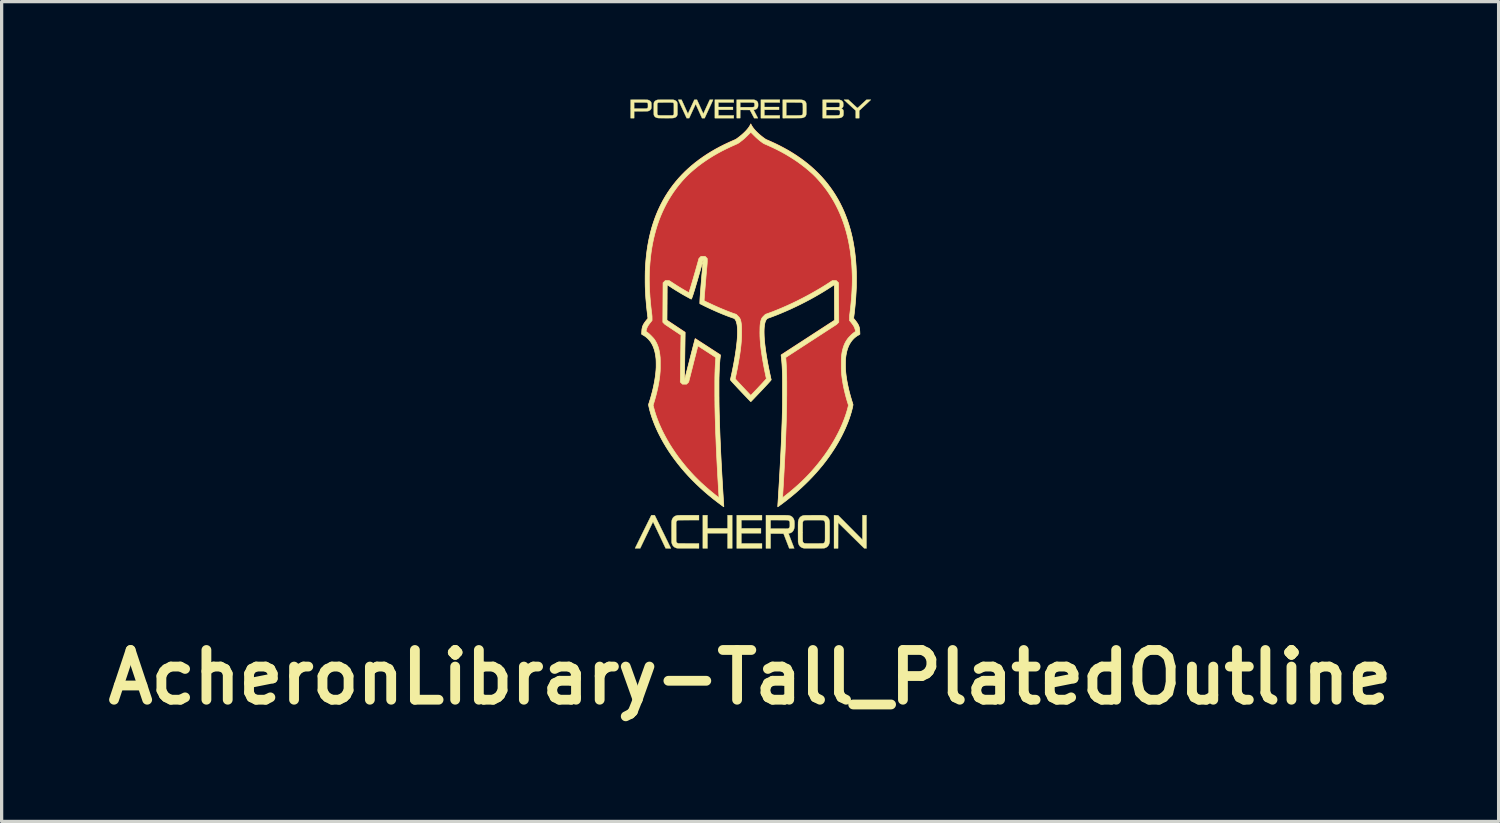
<source format=kicad_pcb>
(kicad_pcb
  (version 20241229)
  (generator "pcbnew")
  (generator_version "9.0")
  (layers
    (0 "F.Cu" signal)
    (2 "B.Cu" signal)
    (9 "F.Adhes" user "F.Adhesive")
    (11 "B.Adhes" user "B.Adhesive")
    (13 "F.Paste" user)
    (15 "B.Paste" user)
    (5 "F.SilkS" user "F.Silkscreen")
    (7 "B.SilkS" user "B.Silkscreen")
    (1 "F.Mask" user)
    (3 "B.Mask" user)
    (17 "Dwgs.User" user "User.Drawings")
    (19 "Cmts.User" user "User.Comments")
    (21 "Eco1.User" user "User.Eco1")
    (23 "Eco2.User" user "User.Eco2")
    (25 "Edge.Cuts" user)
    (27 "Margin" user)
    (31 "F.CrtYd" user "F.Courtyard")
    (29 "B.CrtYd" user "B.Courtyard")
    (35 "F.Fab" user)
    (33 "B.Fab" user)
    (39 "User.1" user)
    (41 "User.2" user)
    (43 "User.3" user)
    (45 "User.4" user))
  (footprint "AcheronLibrary-Tall_PlatedOutline"
    (layer "F.Cu")
    (at 19.948 6.875)
    (property "Reference" "AcheronLibrary-Tall_PlatedOutline" (at -0.02 10.82 0) (layer "F.SilkS") (effects (font (size 1.524 1.524) (thickness 0.3))))
    (attr through_hole)
    (fp_poly (pts (xy -1.326 6.26) (xy -0.711 6.26) (xy -0.711 5.857) (xy -0.569 5.857) (xy -0.569 6.873) (xy -0.711 6.873) (xy -0.711 6.41) (xy -1.326 6.41) (xy -1.326 6.873) (xy -1.468 6.873) (xy -1.468 5.857) (xy -1.326 5.857) (xy -1.326 6.26)) (stroke (width 0.01) (type solid)) (fill yes) (layer "F.SilkS"))
    (fp_poly (pts (xy -0.521 -6.786) (xy -0.993 -6.786) (xy -0.993 -6.647) (xy -0.546 -6.647) (xy -0.546 -6.563) (xy -0.993 -6.563) (xy -0.993 -6.39) (xy -0.521 -6.39) (xy -0.521 -6.306) (xy -1.1 -6.306) (xy -1.1 -6.87) (xy -0.521 -6.87) (xy -0.521 -6.786)) (stroke (width 0.01) (type solid)) (fill yes) (layer "F.SilkS"))
    (fp_poly (pts (xy 0.343 6.006) (xy -0.287 6.006) (xy -0.287 6.26) (xy 0.312 6.26) (xy 0.312 6.41) (xy -0.287 6.41) (xy -0.287 6.723) (xy 0.343 6.723) (xy 0.343 6.873) (xy -0.429 6.873) (xy -0.429 5.857) (xy 0.343 5.857) (xy 0.343 6.006)) (stroke (width 0.01) (type solid)) (fill yes) (layer "F.SilkS"))
    (fp_poly (pts (xy 0.889 -6.786) (xy 0.417 -6.786) (xy 0.417 -6.647) (xy 0.866 -6.647) (xy 0.866 -6.563) (xy 0.417 -6.563) (xy 0.417 -6.39) (xy 0.889 -6.39) (xy 0.889 -6.306) (xy 0.31 -6.306) (xy 0.31 -6.87) (xy 0.889 -6.87) (xy 0.889 -6.786)) (stroke (width 0.01) (type solid)) (fill yes) (layer "F.SilkS"))
    (fp_poly (pts (xy 3.047 6.233) (xy 3.42 6.609) (xy 3.42 6.233) (xy 3.421 5.857) (xy 3.545 5.857) (xy 3.545 6.873) (xy 3.511 6.872) (xy 3.476 6.872) (xy 3.076 6.478) (xy 2.676 6.084) (xy 2.674 6.873) (xy 2.55 6.873) (xy 2.55 5.857) (xy 2.674 5.857) (xy 3.047 6.233)) (stroke (width 0.01) (type solid)) (fill yes) (layer "F.SilkS"))
    (fp_poly (pts (xy 3.679 -6.869) (xy 3.501 -6.702) (xy 3.322 -6.536) (xy 3.322 -6.306) (xy 3.215 -6.306) (xy 3.214 -6.536) (xy 3.037 -6.7) (xy 3.012 -6.723) (xy 2.987 -6.746) (xy 2.964 -6.767) (xy 2.942 -6.787) (xy 2.923 -6.806) (xy 2.905 -6.822) (xy 2.89 -6.836) (xy 2.877 -6.848) (xy 2.867 -6.857) (xy 2.86 -6.863) (xy 2.857 -6.867) (xy 2.857 -6.867) (xy 2.857 -6.868) (xy 2.859 -6.869) (xy 2.864 -6.869) (xy 2.873 -6.87) (xy 2.885 -6.87) (xy 2.901 -6.87) (xy 2.922 -6.87) (xy 2.922 -6.87) (xy 2.991 -6.87) (xy 3.129 -6.742) (xy 3.155 -6.718) (xy 3.177 -6.697) (xy 3.197 -6.679) (xy 3.213 -6.664) (xy 3.227 -6.651) (xy 3.238 -6.641) (xy 3.247 -6.633) (xy 3.254 -6.627) (xy 3.26 -6.623) (xy 3.264 -6.62) (xy 3.267 -6.618) (xy 3.269 -6.617) (xy 3.27 -6.617) (xy 3.271 -6.617) (xy 3.272 -6.618) (xy 3.275 -6.62) (xy 3.281 -6.626) (xy 3.29 -6.634) (xy 3.302 -6.645) (xy 3.317 -6.659) (xy 3.333 -6.674) (xy 3.352 -6.691) (xy 3.372 -6.71) (xy 3.393 -6.73) (xy 3.411 -6.746) (xy 3.545 -6.87) (xy 3.679 -6.869)) (stroke (width 0.01) (type solid)) (fill yes) (layer "F.SilkS"))
    (fp_poly (pts (xy -2.994 5.857) (xy -2.942 5.857) (xy -2.709 6.335) (xy -2.686 6.382) (xy -2.663 6.427) (xy -2.642 6.472) (xy -2.62 6.515) (xy -2.6 6.557) (xy -2.581 6.597) (xy -2.562 6.634) (xy -2.545 6.669) (xy -2.529 6.702) (xy -2.515 6.732) (xy -2.502 6.759) (xy -2.49 6.782) (xy -2.48 6.802) (xy -2.472 6.819) (xy -2.466 6.831) (xy -2.462 6.84) (xy -2.461 6.843) (xy -2.446 6.873) (xy -2.526 6.873) (xy -2.607 6.872) (xy -2.8 6.465) (xy -2.82 6.422) (xy -2.84 6.381) (xy -2.859 6.34) (xy -2.877 6.302) (xy -2.895 6.266) (xy -2.911 6.231) (xy -2.926 6.2) (xy -2.94 6.17) (xy -2.953 6.144) (xy -2.964 6.121) (xy -2.974 6.101) (xy -2.982 6.085) (xy -2.988 6.072) (xy -2.992 6.064) (xy -2.994 6.06) (xy -2.995 6.059) (xy -2.996 6.062) (xy -2.999 6.069) (xy -3.005 6.079) (xy -3.012 6.094) (xy -3.021 6.113) (xy -3.032 6.134) (xy -3.044 6.16) (xy -3.057 6.188) (xy -3.072 6.218) (xy -3.088 6.251) (xy -3.105 6.287) (xy -3.123 6.324) (xy -3.142 6.364) (xy -3.162 6.405) (xy -3.182 6.447) (xy -3.192 6.466) (xy -3.387 6.871) (xy -3.466 6.872) (xy -3.488 6.872) (xy -3.507 6.872) (xy -3.523 6.872) (xy -3.534 6.871) (xy -3.542 6.871) (xy -3.545 6.87) (xy -3.545 6.87) (xy -3.544 6.868) (xy -3.541 6.861) (xy -3.535 6.85) (xy -3.528 6.835) (xy -3.519 6.817) (xy -3.508 6.794) (xy -3.495 6.769) (xy -3.481 6.74) (xy -3.466 6.709) (xy -3.449 6.675) (xy -3.431 6.638) (xy -3.412 6.599) (xy -3.392 6.558) (xy -3.37 6.515) (xy -3.348 6.47) (xy -3.326 6.424) (xy -3.302 6.377) (xy -3.295 6.362) (xy -3.046 5.857) (xy -2.994 5.857)) (stroke (width 0.01) (type solid)) (fill yes) (layer "F.SilkS"))
    (fp_poly (pts (xy -1.688 -6.869) (xy -1.648 -6.869) (xy -1.551 -6.655) (xy -1.537 -6.624) (xy -1.523 -6.594) (xy -1.511 -6.566) (xy -1.499 -6.54) (xy -1.488 -6.517) (xy -1.478 -6.496) (xy -1.47 -6.478) (xy -1.463 -6.463) (xy -1.458 -6.452) (xy -1.454 -6.445) (xy -1.453 -6.443) (xy -1.453 -6.443) (xy -1.451 -6.445) (xy -1.448 -6.452) (xy -1.443 -6.463) (xy -1.436 -6.477) (xy -1.428 -6.495) (xy -1.418 -6.516) (xy -1.408 -6.539) (xy -1.396 -6.565) (xy -1.383 -6.593) (xy -1.37 -6.622) (xy -1.356 -6.653) (xy -1.354 -6.657) (xy -1.256 -6.87) (xy -1.205 -6.87) (xy -1.189 -6.87) (xy -1.175 -6.87) (xy -1.164 -6.869) (xy -1.157 -6.869) (xy -1.154 -6.868) (xy -1.153 -6.868) (xy -1.155 -6.865) (xy -1.158 -6.858) (xy -1.163 -6.847) (xy -1.17 -6.833) (xy -1.178 -6.815) (xy -1.188 -6.793) (xy -1.199 -6.769) (xy -1.211 -6.742) (xy -1.225 -6.713) (xy -1.239 -6.682) (xy -1.255 -6.648) (xy -1.271 -6.614) (xy -1.284 -6.586) (xy -1.413 -6.306) (xy -1.493 -6.306) (xy -1.688 -6.738) (xy -1.692 -6.728) (xy -1.694 -6.725) (xy -1.698 -6.717) (xy -1.703 -6.705) (xy -1.71 -6.689) (xy -1.719 -6.671) (xy -1.729 -6.649) (xy -1.74 -6.625) (xy -1.752 -6.599) (xy -1.765 -6.571) (xy -1.779 -6.541) (xy -1.792 -6.513) (xy -1.886 -6.307) (xy -1.925 -6.307) (xy -1.964 -6.306) (xy -2.092 -6.584) (xy -2.108 -6.619) (xy -2.124 -6.653) (xy -2.139 -6.686) (xy -2.153 -6.717) (xy -2.166 -6.746) (xy -2.179 -6.772) (xy -2.189 -6.796) (xy -2.199 -6.817) (xy -2.207 -6.834) (xy -2.213 -6.848) (xy -2.218 -6.858) (xy -2.221 -6.864) (xy -2.221 -6.866) (xy -2.222 -6.867) (xy -2.221 -6.868) (xy -2.218 -6.869) (xy -2.213 -6.869) (xy -2.205 -6.87) (xy -2.193 -6.87) (xy -2.177 -6.87) (xy -2.172 -6.869) (xy -2.12 -6.869) (xy -2.023 -6.655) (xy -2.009 -6.624) (xy -1.996 -6.594) (xy -1.983 -6.566) (xy -1.971 -6.541) (xy -1.96 -6.517) (xy -1.951 -6.496) (xy -1.942 -6.478) (xy -1.935 -6.463) (xy -1.93 -6.452) (xy -1.927 -6.445) (xy -1.925 -6.442) (xy -1.925 -6.442) (xy -1.924 -6.445) (xy -1.92 -6.451) (xy -1.915 -6.462) (xy -1.909 -6.476) (xy -1.901 -6.494) (xy -1.891 -6.515) (xy -1.88 -6.538) (xy -1.868 -6.564) (xy -1.856 -6.591) (xy -1.842 -6.621) (xy -1.828 -6.652) (xy -1.826 -6.657) (xy -1.728 -6.87) (xy -1.688 -6.869)) (stroke (width 0.01) (type solid)) (fill yes) (layer "F.SilkS"))
    (fp_poly (pts (xy -1.587 6.006) (xy -1.903 6.007) (xy -1.95 6.007) (xy -1.992 6.007) (xy -2.029 6.007) (xy -2.062 6.008) (xy -2.091 6.008) (xy -2.117 6.008) (xy -2.139 6.008) (xy -2.158 6.008) (xy -2.174 6.008) (xy -2.187 6.009) (xy -2.198 6.009) (xy -2.207 6.009) (xy -2.214 6.01) (xy -2.22 6.01) (xy -2.224 6.011) (xy -2.227 6.011) (xy -2.23 6.012) (xy -2.232 6.012) (xy -2.249 6.02) (xy -2.262 6.031) (xy -2.273 6.045) (xy -2.276 6.051) (xy -2.285 6.069) (xy -2.285 6.363) (xy -2.284 6.408) (xy -2.284 6.448) (xy -2.284 6.484) (xy -2.284 6.516) (xy -2.284 6.543) (xy -2.284 6.567) (xy -2.284 6.587) (xy -2.284 6.605) (xy -2.284 6.619) (xy -2.284 6.632) (xy -2.283 6.641) (xy -2.283 6.649) (xy -2.283 6.656) (xy -2.282 6.661) (xy -2.282 6.664) (xy -2.281 6.667) (xy -2.28 6.67) (xy -2.28 6.672) (xy -2.272 6.687) (xy -2.26 6.7) (xy -2.246 6.711) (xy -2.236 6.715) (xy -2.221 6.721) (xy -1.904 6.722) (xy -1.587 6.723) (xy -1.587 6.873) (xy -1.908 6.872) (xy -1.958 6.872) (xy -2.004 6.872) (xy -2.045 6.872) (xy -2.081 6.872) (xy -2.114 6.872) (xy -2.142 6.872) (xy -2.166 6.871) (xy -2.187 6.871) (xy -2.205 6.871) (xy -2.219 6.871) (xy -2.231 6.87) (xy -2.24 6.87) (xy -2.246 6.869) (xy -2.249 6.869) (xy -2.282 6.862) (xy -2.312 6.85) (xy -2.339 6.836) (xy -2.362 6.817) (xy -2.377 6.801) (xy -2.39 6.784) (xy -2.401 6.764) (xy -2.411 6.741) (xy -2.42 6.714) (xy -2.42 6.713) (xy -2.427 6.688) (xy -2.428 6.38) (xy -2.428 6.329) (xy -2.428 6.284) (xy -2.428 6.243) (xy -2.428 6.206) (xy -2.428 6.174) (xy -2.428 6.146) (xy -2.427 6.122) (xy -2.427 6.101) (xy -2.427 6.084) (xy -2.427 6.071) (xy -2.426 6.06) (xy -2.426 6.053) (xy -2.425 6.048) (xy -2.419 6.015) (xy -2.409 5.983) (xy -2.395 5.955) (xy -2.379 5.93) (xy -2.378 5.93) (xy -2.36 5.911) (xy -2.338 5.895) (xy -2.313 5.881) (xy -2.284 5.87) (xy -2.254 5.862) (xy -2.235 5.859) (xy -2.229 5.859) (xy -2.218 5.858) (xy -2.202 5.858) (xy -2.181 5.858) (xy -2.155 5.857) (xy -2.126 5.857) (xy -2.091 5.857) (xy -2.053 5.857) (xy -2.01 5.857) (xy -1.963 5.857) (xy -1.912 5.857) (xy -1.9 5.857) (xy -1.587 5.857) (xy -1.587 6.006)) (stroke (width 0.01) (type solid)) (fill yes) (layer "F.SilkS"))
    (fp_poly (pts (xy -3.424 -6.869) (xy -3.383 -6.869) (xy -3.346 -6.869) (xy -3.313 -6.869) (xy -3.285 -6.869) (xy -3.26 -6.869) (xy -3.239 -6.869) (xy -3.221 -6.868) (xy -3.206 -6.868) (xy -3.194 -6.868) (xy -3.184 -6.868) (xy -3.175 -6.867) (xy -3.169 -6.867) (xy -3.163 -6.866) (xy -3.159 -6.866) (xy -3.155 -6.865) (xy -3.152 -6.864) (xy -3.148 -6.863) (xy -3.147 -6.863) (xy -3.122 -6.855) (xy -3.101 -6.844) (xy -3.083 -6.831) (xy -3.077 -6.826) (xy -3.068 -6.816) (xy -3.061 -6.807) (xy -3.055 -6.798) (xy -3.05 -6.787) (xy -3.047 -6.775) (xy -3.045 -6.76) (xy -3.044 -6.742) (xy -3.043 -6.721) (xy -3.043 -6.695) (xy -3.043 -6.692) (xy -3.043 -6.669) (xy -3.043 -6.65) (xy -3.044 -6.635) (xy -3.045 -6.623) (xy -3.046 -6.612) (xy -3.049 -6.603) (xy -3.052 -6.595) (xy -3.055 -6.586) (xy -3.056 -6.586) (xy -3.065 -6.572) (xy -3.078 -6.558) (xy -3.093 -6.545) (xy -3.111 -6.535) (xy -3.112 -6.535) (xy -3.119 -6.532) (xy -3.125 -6.529) (xy -3.131 -6.526) (xy -3.137 -6.524) (xy -3.143 -6.522) (xy -3.151 -6.521) (xy -3.159 -6.519) (xy -3.169 -6.518) (xy -3.181 -6.518) (xy -3.196 -6.517) (xy -3.213 -6.516) (xy -3.233 -6.516) (xy -3.257 -6.516) (xy -3.284 -6.516) (xy -3.315 -6.515) (xy -3.351 -6.515) (xy -3.372 -6.515) (xy -3.573 -6.514) (xy -3.573 -6.306) (xy -3.68 -6.306) (xy -3.68 -6.786) (xy -3.573 -6.786) (xy -3.573 -6.598) (xy -3.389 -6.598) (xy -3.353 -6.598) (xy -3.321 -6.598) (xy -3.295 -6.598) (xy -3.272 -6.599) (xy -3.253 -6.599) (xy -3.237 -6.599) (xy -3.224 -6.599) (xy -3.213 -6.6) (xy -3.205 -6.6) (xy -3.199 -6.601) (xy -3.194 -6.601) (xy -3.19 -6.602) (xy -3.189 -6.602) (xy -3.173 -6.608) (xy -3.162 -6.616) (xy -3.154 -6.626) (xy -3.153 -6.629) (xy -3.152 -6.634) (xy -3.151 -6.639) (xy -3.15 -6.646) (xy -3.15 -6.655) (xy -3.15 -6.668) (xy -3.15 -6.684) (xy -3.15 -6.698) (xy -3.15 -6.718) (xy -3.151 -6.733) (xy -3.151 -6.745) (xy -3.152 -6.754) (xy -3.154 -6.76) (xy -3.157 -6.765) (xy -3.161 -6.769) (xy -3.166 -6.773) (xy -3.169 -6.775) (xy -3.172 -6.777) (xy -3.176 -6.779) (xy -3.18 -6.78) (xy -3.184 -6.782) (xy -3.191 -6.783) (xy -3.198 -6.784) (xy -3.208 -6.784) (xy -3.22 -6.785) (xy -3.235 -6.785) (xy -3.253 -6.786) (xy -3.274 -6.786) (xy -3.299 -6.786) (xy -3.328 -6.786) (xy -3.362 -6.786) (xy -3.388 -6.786) (xy -3.573 -6.786) (xy -3.68 -6.786) (xy -3.68 -6.87) (xy -3.424 -6.869)) (stroke (width 0.01) (type solid)) (fill yes) (layer "F.SilkS"))
    (fp_poly (pts (xy -0.166 -6.869) (xy 0.1 -6.869) (xy 0.121 -6.863) (xy 0.145 -6.854) (xy 0.165 -6.844) (xy 0.183 -6.832) (xy 0.187 -6.828) (xy 0.199 -6.816) (xy 0.208 -6.804) (xy 0.215 -6.79) (xy 0.22 -6.775) (xy 0.223 -6.756) (xy 0.224 -6.734) (xy 0.225 -6.715) (xy 0.224 -6.695) (xy 0.224 -6.678) (xy 0.222 -6.665) (xy 0.221 -6.659) (xy 0.216 -6.643) (xy 0.208 -6.626) (xy 0.199 -6.611) (xy 0.195 -6.606) (xy 0.181 -6.592) (xy 0.164 -6.581) (xy 0.143 -6.572) (xy 0.119 -6.565) (xy 0.107 -6.562) (xy 0.097 -6.561) (xy 0.091 -6.56) (xy 0.087 -6.559) (xy 0.087 -6.559) (xy 0.088 -6.557) (xy 0.091 -6.55) (xy 0.096 -6.541) (xy 0.103 -6.528) (xy 0.111 -6.513) (xy 0.12 -6.495) (xy 0.129 -6.477) (xy 0.13 -6.475) (xy 0.142 -6.454) (xy 0.153 -6.432) (xy 0.164 -6.41) (xy 0.175 -6.39) (xy 0.184 -6.372) (xy 0.192 -6.357) (xy 0.197 -6.349) (xy 0.219 -6.306) (xy 0.105 -6.306) (xy 0.039 -6.431) (xy -0.027 -6.556) (xy -0.175 -6.557) (xy -0.322 -6.558) (xy -0.324 -6.307) (xy -0.376 -6.307) (xy -0.392 -6.307) (xy -0.406 -6.307) (xy -0.417 -6.307) (xy -0.426 -6.307) (xy -0.43 -6.308) (xy -0.43 -6.308) (xy -0.43 -6.311) (xy -0.43 -6.318) (xy -0.431 -6.33) (xy -0.431 -6.346) (xy -0.431 -6.366) (xy -0.431 -6.389) (xy -0.431 -6.415) (xy -0.432 -6.444) (xy -0.432 -6.476) (xy -0.432 -6.51) (xy -0.432 -6.545) (xy -0.432 -6.582) (xy -0.432 -6.786) (xy -0.323 -6.786) (xy -0.323 -6.641) (xy -0.13 -6.641) (xy -0.093 -6.641) (xy -0.061 -6.641) (xy -0.034 -6.642) (xy -0.01 -6.642) (xy 0.01 -6.642) (xy 0.026 -6.642) (xy 0.04 -6.642) (xy 0.051 -6.643) (xy 0.06 -6.643) (xy 0.066 -6.644) (xy 0.072 -6.644) (xy 0.076 -6.645) (xy 0.078 -6.645) (xy 0.091 -6.65) (xy 0.101 -6.656) (xy 0.109 -6.664) (xy 0.11 -6.665) (xy 0.112 -6.668) (xy 0.114 -6.672) (xy 0.115 -6.677) (xy 0.115 -6.684) (xy 0.115 -6.694) (xy 0.116 -6.708) (xy 0.116 -6.714) (xy 0.116 -6.729) (xy 0.115 -6.741) (xy 0.115 -6.749) (xy 0.114 -6.754) (xy 0.113 -6.758) (xy 0.111 -6.761) (xy 0.11 -6.763) (xy 0.099 -6.774) (xy 0.084 -6.781) (xy 0.076 -6.783) (xy 0.07 -6.784) (xy 0.06 -6.785) (xy 0.044 -6.785) (xy 0.024 -6.785) (xy -0.002 -6.786) (xy -0.033 -6.786) (xy -0.068 -6.786) (xy -0.109 -6.786) (xy -0.13 -6.786) (xy -0.323 -6.786) (xy -0.432 -6.786) (xy -0.432 -6.87) (xy -0.166 -6.869)) (stroke (width 0.01) (type solid)) (fill yes) (layer "F.SilkS"))
    (fp_poly (pts (xy 1.305 -6.87) (xy 1.35 -6.87) (xy 1.392 -6.87) (xy 1.428 -6.87) (xy 1.461 -6.869) (xy 1.489 -6.869) (xy 1.512 -6.869) (xy 1.53 -6.868) (xy 1.544 -6.868) (xy 1.552 -6.867) (xy 1.553 -6.867) (xy 1.585 -6.862) (xy 1.613 -6.854) (xy 1.637 -6.843) (xy 1.657 -6.83) (xy 1.674 -6.813) (xy 1.686 -6.795) (xy 1.686 -6.793) (xy 1.69 -6.786) (xy 1.692 -6.78) (xy 1.695 -6.774) (xy 1.697 -6.767) (xy 1.698 -6.759) (xy 1.7 -6.751) (xy 1.701 -6.74) (xy 1.702 -6.728) (xy 1.702 -6.713) (xy 1.702 -6.695) (xy 1.703 -6.674) (xy 1.703 -6.649) (xy 1.703 -6.619) (xy 1.703 -6.586) (xy 1.703 -6.553) (xy 1.703 -6.526) (xy 1.703 -6.502) (xy 1.703 -6.483) (xy 1.702 -6.467) (xy 1.702 -6.454) (xy 1.702 -6.443) (xy 1.701 -6.435) (xy 1.701 -6.428) (xy 1.7 -6.423) (xy 1.699 -6.418) (xy 1.698 -6.415) (xy 1.69 -6.39) (xy 1.68 -6.37) (xy 1.666 -6.353) (xy 1.648 -6.34) (xy 1.626 -6.328) (xy 1.615 -6.324) (xy 1.609 -6.321) (xy 1.603 -6.319) (xy 1.597 -6.317) (xy 1.591 -6.316) (xy 1.585 -6.314) (xy 1.579 -6.313) (xy 1.571 -6.312) (xy 1.562 -6.311) (xy 1.552 -6.31) (xy 1.54 -6.309) (xy 1.525 -6.309) (xy 1.508 -6.309) (xy 1.489 -6.308) (xy 1.466 -6.308) (xy 1.44 -6.308) (xy 1.41 -6.307) (xy 1.376 -6.307) (xy 1.338 -6.307) (xy 1.295 -6.307) (xy 1.267 -6.307) (xy 0.98 -6.306) (xy 0.98 -6.39) (xy 1.087 -6.39) (xy 1.297 -6.39) (xy 1.339 -6.39) (xy 1.376 -6.39) (xy 1.41 -6.39) (xy 1.441 -6.391) (xy 1.467 -6.391) (xy 1.489 -6.391) (xy 1.507 -6.392) (xy 1.52 -6.392) (xy 1.528 -6.393) (xy 1.529 -6.393) (xy 1.55 -6.397) (xy 1.567 -6.403) (xy 1.58 -6.412) (xy 1.589 -6.423) (xy 1.593 -6.434) (xy 1.594 -6.439) (xy 1.594 -6.449) (xy 1.595 -6.462) (xy 1.596 -6.479) (xy 1.596 -6.499) (xy 1.596 -6.521) (xy 1.596 -6.545) (xy 1.597 -6.569) (xy 1.597 -6.594) (xy 1.596 -6.619) (xy 1.596 -6.643) (xy 1.596 -6.665) (xy 1.596 -6.686) (xy 1.595 -6.705) (xy 1.594 -6.72) (xy 1.594 -6.731) (xy 1.593 -6.739) (xy 1.593 -6.74) (xy 1.586 -6.755) (xy 1.576 -6.767) (xy 1.562 -6.777) (xy 1.554 -6.78) (xy 1.552 -6.781) (xy 1.549 -6.782) (xy 1.545 -6.782) (xy 1.54 -6.783) (xy 1.534 -6.783) (xy 1.526 -6.784) (xy 1.516 -6.784) (xy 1.503 -6.784) (xy 1.488 -6.785) (xy 1.47 -6.785) (xy 1.449 -6.785) (xy 1.424 -6.785) (xy 1.395 -6.785) (xy 1.361 -6.785) (xy 1.323 -6.786) (xy 1.314 -6.786) (xy 1.087 -6.786) (xy 1.087 -6.39) (xy 0.98 -6.39) (xy 0.98 -6.87) (xy 1.255 -6.87) (xy 1.305 -6.87)) (stroke (width 0.01) (type solid)) (fill yes) (layer "F.SilkS"))
    (fp_poly (pts (xy 0.794 5.857) (xy 0.844 5.857) (xy 0.889 5.857) (xy 0.929 5.857) (xy 0.965 5.857) (xy 0.997 5.857) (xy 1.026 5.857) (xy 1.051 5.857) (xy 1.073 5.858) (xy 1.092 5.858) (xy 1.108 5.858) (xy 1.122 5.859) (xy 1.134 5.859) (xy 1.145 5.86) (xy 1.153 5.861) (xy 1.161 5.862) (xy 1.168 5.863) (xy 1.174 5.864) (xy 1.18 5.865) (xy 1.185 5.867) (xy 1.191 5.868) (xy 1.221 5.88) (xy 1.249 5.894) (xy 1.272 5.913) (xy 1.293 5.935) (xy 1.309 5.961) (xy 1.322 5.99) (xy 1.332 6.023) (xy 1.335 6.037) (xy 1.337 6.049) (xy 1.338 6.066) (xy 1.339 6.085) (xy 1.34 6.107) (xy 1.34 6.13) (xy 1.34 6.153) (xy 1.339 6.176) (xy 1.339 6.197) (xy 1.338 6.215) (xy 1.336 6.23) (xy 1.335 6.238) (xy 1.327 6.273) (xy 1.316 6.304) (xy 1.301 6.332) (xy 1.284 6.355) (xy 1.264 6.375) (xy 1.24 6.39) (xy 1.213 6.403) (xy 1.193 6.409) (xy 1.182 6.412) (xy 1.173 6.414) (xy 1.166 6.415) (xy 1.164 6.415) (xy 1.159 6.416) (xy 1.157 6.418) (xy 1.158 6.42) (xy 1.16 6.427) (xy 1.164 6.439) (xy 1.17 6.453) (xy 1.176 6.472) (xy 1.185 6.493) (xy 1.194 6.517) (xy 1.204 6.544) (xy 1.215 6.572) (xy 1.227 6.603) (xy 1.239 6.635) (xy 1.243 6.645) (xy 1.256 6.678) (xy 1.268 6.708) (xy 1.279 6.738) (xy 1.29 6.765) (xy 1.299 6.79) (xy 1.308 6.812) (xy 1.315 6.831) (xy 1.321 6.847) (xy 1.326 6.859) (xy 1.329 6.867) (xy 1.331 6.871) (xy 1.331 6.872) (xy 1.328 6.872) (xy 1.321 6.872) (xy 1.311 6.872) (xy 1.297 6.872) (xy 1.28 6.872) (xy 1.262 6.873) (xy 1.255 6.873) (xy 1.179 6.873) (xy 1.091 6.647) (xy 1.004 6.422) (xy 0.805 6.421) (xy 0.607 6.42) (xy 0.607 6.873) (xy 0.465 6.873) (xy 0.465 6.268) (xy 0.607 6.268) (xy 0.873 6.268) (xy 1.139 6.267) (xy 1.154 6.26) (xy 1.169 6.249) (xy 1.181 6.236) (xy 1.19 6.219) (xy 1.191 6.214) (xy 1.193 6.209) (xy 1.194 6.203) (xy 1.195 6.197) (xy 1.196 6.189) (xy 1.196 6.18) (xy 1.196 6.167) (xy 1.196 6.151) (xy 1.196 6.132) (xy 1.195 6.112) (xy 1.195 6.096) (xy 1.195 6.084) (xy 1.194 6.075) (xy 1.194 6.068) (xy 1.193 6.063) (xy 1.191 6.059) (xy 1.19 6.055) (xy 1.179 6.038) (xy 1.166 6.025) (xy 1.149 6.016) (xy 1.129 6.01) (xy 1.123 6.009) (xy 1.117 6.009) (xy 1.107 6.008) (xy 1.092 6.008) (xy 1.073 6.008) (xy 1.05 6.007) (xy 1.023 6.007) (xy 0.994 6.007) (xy 0.961 6.007) (xy 0.926 6.007) (xy 0.888 6.007) (xy 0.855 6.007) (xy 0.607 6.006) (xy 0.607 6.268) (xy 0.465 6.268) (xy 0.465 5.857) (xy 0.794 5.857)) (stroke (width 0.01) (type solid)) (fill yes) (layer "F.SilkS"))
    (fp_poly (pts (xy 2.458 -6.869) (xy 2.714 -6.869) (xy 2.738 -6.862) (xy 2.759 -6.855) (xy 2.776 -6.848) (xy 2.79 -6.839) (xy 2.801 -6.83) (xy 2.815 -6.814) (xy 2.825 -6.794) (xy 2.831 -6.777) (xy 2.832 -6.766) (xy 2.833 -6.751) (xy 2.834 -6.735) (xy 2.834 -6.717) (xy 2.834 -6.7) (xy 2.833 -6.686) (xy 2.832 -6.675) (xy 2.832 -6.674) (xy 2.826 -6.654) (xy 2.816 -6.636) (xy 2.803 -6.622) (xy 2.788 -6.611) (xy 2.783 -6.608) (xy 2.771 -6.602) (xy 2.783 -6.598) (xy 2.796 -6.591) (xy 2.81 -6.581) (xy 2.822 -6.57) (xy 2.83 -6.559) (xy 2.834 -6.549) (xy 2.837 -6.539) (xy 2.84 -6.526) (xy 2.841 -6.511) (xy 2.842 -6.492) (xy 2.842 -6.469) (xy 2.841 -6.457) (xy 2.841 -6.435) (xy 2.839 -6.418) (xy 2.838 -6.403) (xy 2.835 -6.392) (xy 2.832 -6.382) (xy 2.828 -6.373) (xy 2.822 -6.364) (xy 2.822 -6.364) (xy 2.809 -6.349) (xy 2.793 -6.336) (xy 2.772 -6.325) (xy 2.75 -6.317) (xy 2.744 -6.315) (xy 2.738 -6.314) (xy 2.731 -6.313) (xy 2.724 -6.311) (xy 2.716 -6.31) (xy 2.706 -6.31) (xy 2.695 -6.309) (xy 2.682 -6.308) (xy 2.667 -6.308) (xy 2.649 -6.307) (xy 2.628 -6.307) (xy 2.604 -6.307) (xy 2.577 -6.306) (xy 2.545 -6.306) (xy 2.51 -6.306) (xy 2.469 -6.306) (xy 2.441 -6.306) (xy 2.202 -6.306) (xy 2.202 -6.558) (xy 2.309 -6.558) (xy 2.309 -6.39) (xy 2.49 -6.39) (xy 2.526 -6.39) (xy 2.559 -6.39) (xy 2.589 -6.39) (xy 2.615 -6.391) (xy 2.638 -6.391) (xy 2.656 -6.391) (xy 2.671 -6.392) (xy 2.68 -6.392) (xy 2.685 -6.393) (xy 2.703 -6.397) (xy 2.716 -6.405) (xy 2.725 -6.414) (xy 2.727 -6.418) (xy 2.729 -6.422) (xy 2.731 -6.427) (xy 2.732 -6.432) (xy 2.732 -6.439) (xy 2.733 -6.449) (xy 2.733 -6.462) (xy 2.733 -6.476) (xy 2.733 -6.494) (xy 2.732 -6.507) (xy 2.732 -6.517) (xy 2.731 -6.524) (xy 2.73 -6.529) (xy 2.729 -6.531) (xy 2.723 -6.539) (xy 2.712 -6.546) (xy 2.699 -6.552) (xy 2.686 -6.555) (xy 2.68 -6.555) (xy 2.669 -6.556) (xy 2.652 -6.557) (xy 2.631 -6.557) (xy 2.605 -6.557) (xy 2.574 -6.557) (xy 2.539 -6.558) (xy 2.498 -6.558) (xy 2.49 -6.558) (xy 2.309 -6.558) (xy 2.202 -6.558) (xy 2.202 -6.641) (xy 2.309 -6.641) (xy 2.502 -6.642) (xy 2.538 -6.642) (xy 2.569 -6.642) (xy 2.596 -6.642) (xy 2.619 -6.643) (xy 2.638 -6.643) (xy 2.654 -6.643) (xy 2.667 -6.643) (xy 2.677 -6.643) (xy 2.685 -6.644) (xy 2.692 -6.644) (xy 2.696 -6.645) (xy 2.7 -6.646) (xy 2.702 -6.646) (xy 2.704 -6.647) (xy 2.706 -6.648) (xy 2.713 -6.652) (xy 2.718 -6.656) (xy 2.722 -6.662) (xy 2.724 -6.67) (xy 2.725 -6.68) (xy 2.726 -6.694) (xy 2.726 -6.712) (xy 2.726 -6.714) (xy 2.726 -6.732) (xy 2.726 -6.746) (xy 2.724 -6.757) (xy 2.722 -6.764) (xy 2.719 -6.77) (xy 2.714 -6.774) (xy 2.708 -6.778) (xy 2.707 -6.779) (xy 2.696 -6.785) (xy 2.502 -6.786) (xy 2.309 -6.786) (xy 2.309 -6.641) (xy 2.202 -6.641) (xy 2.202 -6.87) (xy 2.458 -6.869)) (stroke (width 0.01) (type solid)) (fill yes) (layer "F.SilkS"))
    (fp_poly (pts (xy -2.353 -6.863) (xy -2.328 -6.855) (xy -2.307 -6.845) (xy -2.29 -6.833) (xy -2.284 -6.828) (xy -2.269 -6.813) (xy -2.259 -6.795) (xy -2.251 -6.775) (xy -2.251 -6.773) (xy -2.25 -6.77) (xy -2.249 -6.766) (xy -2.249 -6.761) (xy -2.248 -6.755) (xy -2.248 -6.747) (xy -2.247 -6.737) (xy -2.247 -6.725) (xy -2.247 -6.709) (xy -2.247 -6.691) (xy -2.246 -6.669) (xy -2.246 -6.643) (xy -2.246 -6.613) (xy -2.246 -6.588) (xy -2.246 -6.419) (xy -2.252 -6.4) (xy -2.256 -6.389) (xy -2.261 -6.378) (xy -2.266 -6.369) (xy -2.28 -6.352) (xy -2.298 -6.337) (xy -2.32 -6.325) (xy -2.346 -6.316) (xy -2.374 -6.31) (xy -2.384 -6.309) (xy -2.391 -6.308) (xy -2.403 -6.308) (xy -2.419 -6.307) (xy -2.438 -6.307) (xy -2.461 -6.307) (xy -2.486 -6.307) (xy -2.513 -6.306) (xy -2.542 -6.306) (xy -2.572 -6.306) (xy -2.603 -6.306) (xy -2.633 -6.306) (xy -2.664 -6.307) (xy -2.694 -6.307) (xy -2.722 -6.307) (xy -2.749 -6.307) (xy -2.773 -6.308) (xy -2.795 -6.308) (xy -2.813 -6.308) (xy -2.828 -6.309) (xy -2.838 -6.309) (xy -2.843 -6.31) (xy -2.873 -6.316) (xy -2.899 -6.325) (xy -2.922 -6.337) (xy -2.94 -6.353) (xy -2.954 -6.371) (xy -2.964 -6.393) (xy -2.968 -6.404) (xy -2.968 -6.41) (xy -2.969 -6.421) (xy -2.97 -6.429) (xy -2.865 -6.429) (xy -2.859 -6.418) (xy -2.851 -6.407) (xy -2.838 -6.398) (xy -2.822 -6.393) (xy -2.82 -6.393) (xy -2.815 -6.392) (xy -2.806 -6.392) (xy -2.793 -6.392) (xy -2.776 -6.391) (xy -2.755 -6.391) (xy -2.732 -6.391) (xy -2.705 -6.391) (xy -2.677 -6.391) (xy -2.646 -6.391) (xy -2.615 -6.391) (xy -2.602 -6.391) (xy -2.396 -6.391) (xy -2.382 -6.398) (xy -2.372 -6.404) (xy -2.364 -6.411) (xy -2.362 -6.413) (xy -2.356 -6.422) (xy -2.356 -6.589) (xy -2.356 -6.622) (xy -2.356 -6.65) (xy -2.356 -6.674) (xy -2.356 -6.695) (xy -2.356 -6.711) (xy -2.356 -6.725) (xy -2.356 -6.735) (xy -2.357 -6.743) (xy -2.357 -6.75) (xy -2.358 -6.754) (xy -2.358 -6.757) (xy -2.359 -6.759) (xy -2.36 -6.761) (xy -2.361 -6.763) (xy -2.372 -6.774) (xy -2.387 -6.781) (xy -2.396 -6.784) (xy -2.401 -6.784) (xy -2.41 -6.785) (xy -2.424 -6.785) (xy -2.442 -6.785) (xy -2.465 -6.786) (xy -2.493 -6.786) (xy -2.525 -6.786) (xy -2.563 -6.786) (xy -2.605 -6.786) (xy -2.617 -6.786) (xy -2.655 -6.786) (xy -2.687 -6.785) (xy -2.716 -6.785) (xy -2.74 -6.785) (xy -2.76 -6.785) (xy -2.777 -6.785) (xy -2.791 -6.785) (xy -2.803 -6.784) (xy -2.812 -6.784) (xy -2.819 -6.784) (xy -2.824 -6.783) (xy -2.828 -6.782) (xy -2.831 -6.782) (xy -2.834 -6.781) (xy -2.836 -6.78) (xy -2.837 -6.78) (xy -2.846 -6.774) (xy -2.854 -6.767) (xy -2.856 -6.764) (xy -2.864 -6.755) (xy -2.864 -6.592) (xy -2.865 -6.429) (xy -2.97 -6.429) (xy -2.97 -6.435) (xy -2.971 -6.453) (xy -2.971 -6.474) (xy -2.971 -6.497) (xy -2.972 -6.523) (xy -2.972 -6.549) (xy -2.972 -6.576) (xy -2.972 -6.604) (xy -2.972 -6.631) (xy -2.972 -6.657) (xy -2.971 -6.682) (xy -2.971 -6.705) (xy -2.97 -6.726) (xy -2.97 -6.743) (xy -2.969 -6.758) (xy -2.968 -6.767) (xy -2.968 -6.772) (xy -2.962 -6.79) (xy -2.954 -6.805) (xy -2.944 -6.818) (xy -2.937 -6.826) (xy -2.921 -6.839) (xy -2.902 -6.85) (xy -2.88 -6.859) (xy -2.865 -6.863) (xy -2.862 -6.864) (xy -2.858 -6.865) (xy -2.854 -6.866) (xy -2.85 -6.866) (xy -2.844 -6.867) (xy -2.838 -6.867) (xy -2.83 -6.868) (xy -2.82 -6.868) (xy -2.808 -6.868) (xy -2.793 -6.868) (xy -2.776 -6.869) (xy -2.755 -6.869) (xy -2.731 -6.869) (xy -2.702 -6.869) (xy -2.67 -6.869) (xy -2.633 -6.869) (xy -2.61 -6.869) (xy -2.376 -6.869) (xy -2.353 -6.863)) (stroke (width 0.01) (type solid)) (fill yes) (layer "F.SilkS"))
    (fp_poly (pts (xy 2.103 5.857) (xy 2.128 5.857) (xy 2.15 5.857) (xy 2.169 5.858) (xy 2.186 5.858) (xy 2.2 5.859) (xy 2.212 5.859) (xy 2.223 5.86) (xy 2.232 5.861) (xy 2.239 5.862) (xy 2.246 5.863) (xy 2.253 5.864) (xy 2.259 5.866) (xy 2.265 5.868) (xy 2.268 5.868) (xy 2.297 5.879) (xy 2.322 5.892) (xy 2.345 5.909) (xy 2.364 5.929) (xy 2.367 5.932) (xy 2.379 5.949) (xy 2.389 5.965) (xy 2.397 5.982) (xy 2.404 6.002) (xy 2.41 6.025) (xy 2.411 6.029) (xy 2.412 6.033) (xy 2.412 6.037) (xy 2.413 6.041) (xy 2.414 6.046) (xy 2.414 6.051) (xy 2.415 6.058) (xy 2.415 6.066) (xy 2.415 6.076) (xy 2.416 6.088) (xy 2.416 6.102) (xy 2.416 6.119) (xy 2.416 6.139) (xy 2.416 6.163) (xy 2.417 6.19) (xy 2.417 6.22) (xy 2.417 6.255) (xy 2.417 6.294) (xy 2.417 6.338) (xy 2.417 6.344) (xy 2.417 6.398) (xy 2.417 6.447) (xy 2.417 6.491) (xy 2.417 6.53) (xy 2.417 6.564) (xy 2.417 6.593) (xy 2.417 6.617) (xy 2.416 6.636) (xy 2.416 6.651) (xy 2.416 6.661) (xy 2.415 6.664) (xy 2.412 6.693) (xy 2.406 6.718) (xy 2.399 6.741) (xy 2.39 6.762) (xy 2.375 6.789) (xy 2.356 6.812) (xy 2.333 6.831) (xy 2.307 6.847) (xy 2.277 6.86) (xy 2.253 6.867) (xy 2.25 6.867) (xy 2.246 6.868) (xy 2.242 6.869) (xy 2.236 6.869) (xy 2.228 6.869) (xy 2.219 6.87) (xy 2.207 6.87) (xy 2.193 6.87) (xy 2.177 6.871) (xy 2.157 6.871) (xy 2.134 6.871) (xy 2.108 6.871) (xy 2.077 6.871) (xy 2.043 6.871) (xy 2.004 6.871) (xy 1.961 6.871) (xy 1.943 6.871) (xy 1.905 6.872) (xy 1.868 6.872) (xy 1.832 6.872) (xy 1.799 6.872) (xy 1.768 6.872) (xy 1.74 6.872) (xy 1.715 6.871) (xy 1.693 6.871) (xy 1.674 6.871) (xy 1.66 6.871) (xy 1.65 6.871) (xy 1.644 6.871) (xy 1.643 6.871) (xy 1.619 6.867) (xy 1.598 6.862) (xy 1.58 6.857) (xy 1.564 6.85) (xy 1.549 6.842) (xy 1.542 6.838) (xy 1.519 6.821) (xy 1.5 6.802) (xy 1.484 6.78) (xy 1.471 6.754) (xy 1.46 6.724) (xy 1.455 6.704) (xy 1.449 6.678) (xy 1.448 6.385) (xy 1.448 6.358) (xy 1.59 6.358) (xy 1.59 6.392) (xy 1.59 6.425) (xy 1.59 6.458) (xy 1.59 6.489) (xy 1.59 6.519) (xy 1.59 6.547) (xy 1.591 6.572) (xy 1.591 6.595) (xy 1.591 6.614) (xy 1.592 6.63) (xy 1.592 6.641) (xy 1.592 6.648) (xy 1.592 6.65) (xy 1.597 6.67) (xy 1.606 6.687) (xy 1.617 6.701) (xy 1.632 6.711) (xy 1.633 6.712) (xy 1.636 6.713) (xy 1.64 6.715) (xy 1.644 6.716) (xy 1.648 6.717) (xy 1.653 6.718) (xy 1.659 6.719) (xy 1.667 6.72) (xy 1.677 6.72) (xy 1.688 6.721) (xy 1.702 6.721) (xy 1.719 6.722) (xy 1.739 6.722) (xy 1.762 6.722) (xy 1.788 6.722) (xy 1.818 6.722) (xy 1.853 6.722) (xy 1.892 6.722) (xy 1.936 6.722) (xy 1.939 6.722) (xy 1.982 6.722) (xy 2.02 6.722) (xy 2.054 6.722) (xy 2.083 6.722) (xy 2.109 6.721) (xy 2.131 6.721) (xy 2.149 6.721) (xy 2.165 6.721) (xy 2.178 6.721) (xy 2.189 6.72) (xy 2.197 6.72) (xy 2.204 6.72) (xy 2.209 6.719) (xy 2.213 6.719) (xy 2.217 6.718) (xy 2.219 6.717) (xy 2.222 6.717) (xy 2.222 6.717) (xy 2.236 6.709) (xy 2.25 6.699) (xy 2.26 6.686) (xy 2.265 6.677) (xy 2.268 6.668) (xy 2.271 6.656) (xy 2.273 6.646) (xy 2.273 6.641) (xy 2.274 6.631) (xy 2.274 6.616) (xy 2.274 6.598) (xy 2.275 6.575) (xy 2.275 6.55) (xy 2.275 6.521) (xy 2.275 6.489) (xy 2.275 6.455) (xy 2.275 6.419) (xy 2.275 6.381) (xy 2.275 6.365) (xy 2.275 6.326) (xy 2.275 6.289) (xy 2.275 6.254) (xy 2.275 6.221) (xy 2.275 6.191) (xy 2.275 6.164) (xy 2.274 6.141) (xy 2.274 6.12) (xy 2.274 6.104) (xy 2.274 6.092) (xy 2.273 6.085) (xy 2.273 6.083) (xy 2.268 6.062) (xy 2.261 6.044) (xy 2.25 6.03) (xy 2.235 6.02) (xy 2.216 6.012) (xy 2.199 6.009) (xy 2.194 6.009) (xy 2.183 6.008) (xy 2.169 6.008) (xy 2.15 6.008) (xy 2.128 6.007) (xy 2.102 6.007) (xy 2.074 6.007) (xy 2.042 6.007) (xy 2.008 6.007) (xy 1.972 6.007) (xy 1.935 6.007) (xy 1.933 6.007) (xy 1.895 6.007) (xy 1.859 6.007) (xy 1.825 6.007) (xy 1.793 6.007) (xy 1.765 6.007) (xy 1.739 6.007) (xy 1.716 6.008) (xy 1.697 6.008) (xy 1.683 6.008) (xy 1.672 6.009) (xy 1.667 6.009) (xy 1.667 6.009) (xy 1.645 6.014) (xy 1.627 6.021) (xy 1.613 6.033) (xy 1.603 6.047) (xy 1.596 6.066) (xy 1.593 6.08) (xy 1.592 6.085) (xy 1.592 6.095) (xy 1.591 6.109) (xy 1.591 6.127) (xy 1.591 6.148) (xy 1.591 6.173) (xy 1.59 6.2) (xy 1.59 6.229) (xy 1.59 6.259) (xy 1.59 6.291) (xy 1.59 6.325) (xy 1.59 6.358) (xy 1.448 6.358) (xy 1.448 6.332) (xy 1.448 6.284) (xy 1.448 6.24) (xy 1.448 6.202) (xy 1.448 6.168) (xy 1.448 6.14) (xy 1.449 6.115) (xy 1.449 6.096) (xy 1.449 6.08) (xy 1.45 6.069) (xy 1.45 6.064) (xy 1.454 6.035) (xy 1.46 6.009) (xy 1.468 5.986) (xy 1.476 5.967) (xy 1.491 5.941) (xy 1.51 5.918) (xy 1.533 5.899) (xy 1.559 5.883) (xy 1.579 5.874) (xy 1.586 5.872) (xy 1.592 5.87) (xy 1.598 5.868) (xy 1.603 5.866) (xy 1.609 5.865) (xy 1.615 5.863) (xy 1.623 5.862) (xy 1.631 5.861) (xy 1.641 5.86) (xy 1.653 5.86) (xy 1.667 5.859) (xy 1.683 5.859) (xy 1.702 5.858) (xy 1.724 5.858) (xy 1.749 5.858) (xy 1.778 5.858) (xy 1.811 5.858) (xy 1.849 5.858) (xy 1.891 5.857) (xy 1.916 5.857) (xy 1.962 5.857) (xy 2.004 5.857) (xy 2.041 5.857) (xy 2.074 5.857) (xy 2.103 5.857)) (stroke (width 0.01) (type solid)) (fill yes) (layer "F.SilkS"))
    (fp_poly (pts (xy 0.003 -6.125) (xy 0.003 -6.124) (xy 0.004 -6.12) (xy 0.007 -6.113) (xy 0.012 -6.104) (xy 0.016 -6.095) (xy 0.037 -6.058) (xy 0.063 -6.019) (xy 0.093 -5.979) (xy 0.127 -5.939) (xy 0.166 -5.897) (xy 0.208 -5.856) (xy 0.253 -5.814) (xy 0.302 -5.772) (xy 0.354 -5.731) (xy 0.38 -5.711) (xy 0.401 -5.695) (xy 0.419 -5.682) (xy 0.433 -5.672) (xy 0.446 -5.664) (xy 0.456 -5.657) (xy 0.466 -5.651) (xy 0.475 -5.646) (xy 0.484 -5.642) (xy 0.491 -5.64) (xy 0.5 -5.636) (xy 0.514 -5.63) (xy 0.53 -5.623) (xy 0.548 -5.615) (xy 0.566 -5.607) (xy 0.58 -5.601) (xy 0.725 -5.535) (xy 0.866 -5.467) (xy 1.003 -5.395) (xy 1.136 -5.322) (xy 1.264 -5.245) (xy 1.388 -5.166) (xy 1.508 -5.084) (xy 1.624 -5) (xy 1.736 -4.913) (xy 1.843 -4.823) (xy 1.947 -4.73) (xy 2.046 -4.635) (xy 2.142 -4.537) (xy 2.188 -4.486) (xy 2.279 -4.383) (xy 2.365 -4.276) (xy 2.447 -4.166) (xy 2.526 -4.053) (xy 2.6 -3.938) (xy 2.67 -3.819) (xy 2.736 -3.697) (xy 2.798 -3.573) (xy 2.856 -3.445) (xy 2.909 -3.314) (xy 2.959 -3.181) (xy 3.004 -3.044) (xy 3.045 -2.905) (xy 3.072 -2.804) (xy 3.102 -2.682) (xy 3.128 -2.559) (xy 3.151 -2.434) (xy 3.172 -2.308) (xy 3.189 -2.179) (xy 3.204 -2.048) (xy 3.216 -1.914) (xy 3.226 -1.776) (xy 3.232 -1.634) (xy 3.234 -1.595) (xy 3.234 -1.575) (xy 3.235 -1.55) (xy 3.235 -1.522) (xy 3.235 -1.491) (xy 3.236 -1.457) (xy 3.236 -1.422) (xy 3.236 -1.385) (xy 3.235 -1.347) (xy 3.235 -1.309) (xy 3.235 -1.272) (xy 3.235 -1.236) (xy 3.234 -1.201) (xy 3.234 -1.168) (xy 3.233 -1.138) (xy 3.233 -1.111) (xy 3.232 -1.088) (xy 3.231 -1.07) (xy 3.231 -1.069) (xy 3.225 -0.955) (xy 3.219 -0.846) (xy 3.211 -0.74) (xy 3.202 -0.636) (xy 3.193 -0.534) (xy 3.182 -0.434) (xy 3.171 -0.333) (xy 3.158 -0.231) (xy 3.157 -0.227) (xy 3.15 -0.171) (xy 3.184 -0.13) (xy 3.211 -0.096) (xy 3.234 -0.066) (xy 3.254 -0.038) (xy 3.271 -0.013) (xy 3.285 0.012) (xy 3.298 0.035) (xy 3.308 0.058) (xy 3.316 0.081) (xy 3.323 0.104) (xy 3.329 0.129) (xy 3.333 0.155) (xy 3.334 0.159) (xy 3.335 0.168) (xy 3.336 0.181) (xy 3.337 0.196) (xy 3.338 0.213) (xy 3.34 0.231) (xy 3.341 0.249) (xy 3.341 0.266) (xy 3.342 0.282) (xy 3.342 0.295) (xy 3.343 0.306) (xy 3.342 0.313) (xy 3.342 0.314) (xy 3.339 0.317) (xy 3.333 0.321) (xy 3.324 0.327) (xy 3.313 0.332) (xy 3.313 0.333) (xy 3.264 0.36) (xy 3.218 0.392) (xy 3.175 0.428) (xy 3.134 0.469) (xy 3.096 0.512) (xy 3.062 0.56) (xy 3.031 0.61) (xy 3.003 0.664) (xy 2.993 0.687) (xy 2.974 0.735) (xy 2.957 0.785) (xy 2.942 0.837) (xy 2.93 0.893) (xy 2.919 0.951) (xy 2.91 1.014) (xy 2.904 1.063) (xy 2.903 1.08) (xy 2.902 1.101) (xy 2.901 1.126) (xy 2.9 1.154) (xy 2.9 1.183) (xy 2.899 1.215) (xy 2.899 1.247) (xy 2.899 1.279) (xy 2.9 1.31) (xy 2.9 1.34) (xy 2.901 1.368) (xy 2.902 1.393) (xy 2.904 1.414) (xy 2.904 1.421) (xy 2.912 1.503) (xy 2.921 1.584) (xy 2.933 1.665) (xy 2.946 1.746) (xy 2.962 1.83) (xy 2.98 1.916) (xy 3 2.005) (xy 3.011 2.051) (xy 3.024 2.102) (xy 3.039 2.157) (xy 3.054 2.214) (xy 3.071 2.271) (xy 3.088 2.327) (xy 3.104 2.381) (xy 3.117 2.419) (xy 3.121 2.435) (xy 3.126 2.448) (xy 3.129 2.46) (xy 3.131 2.469) (xy 3.132 2.474) (xy 3.132 2.474) (xy 3.131 2.482) (xy 3.129 2.494) (xy 3.126 2.511) (xy 3.122 2.53) (xy 3.118 2.552) (xy 3.112 2.576) (xy 3.106 2.601) (xy 3.1 2.627) (xy 3.093 2.653) (xy 3.086 2.679) (xy 3.079 2.705) (xy 3.077 2.71) (xy 3.047 2.809) (xy 3.013 2.91) (xy 2.975 3.013) (xy 2.932 3.117) (xy 2.887 3.221) (xy 2.837 3.327) (xy 2.785 3.432) (xy 2.729 3.537) (xy 2.67 3.642) (xy 2.609 3.745) (xy 2.565 3.816) (xy 2.48 3.945) (xy 2.392 4.073) (xy 2.3 4.198) (xy 2.204 4.321) (xy 2.103 4.442) (xy 1.998 4.563) (xy 1.889 4.682) (xy 1.775 4.8) (xy 1.754 4.821) (xy 1.66 4.913) (xy 1.566 5.002) (xy 1.471 5.089) (xy 1.375 5.174) (xy 1.275 5.258) (xy 1.172 5.341) (xy 1.122 5.381) (xy 1.099 5.399) (xy 1.075 5.418) (xy 1.051 5.436) (xy 1.026 5.455) (xy 1.002 5.474) (xy 0.977 5.492) (xy 0.954 5.51) (xy 0.931 5.526) (xy 0.91 5.542) (xy 0.89 5.556) (xy 0.873 5.569) (xy 0.858 5.58) (xy 0.845 5.588) (xy 0.835 5.595) (xy 0.829 5.599) (xy 0.827 5.6) (xy 0.826 5.599) (xy 0.826 5.597) (xy 0.827 5.589) (xy 0.827 5.577) (xy 0.828 5.562) (xy 0.829 5.543) (xy 0.831 5.521) (xy 0.832 5.497) (xy 0.834 5.471) (xy 0.836 5.443) (xy 0.836 5.437) (xy 0.845 5.3) (xy 0.853 5.167) (xy 0.861 5.038) (xy 0.868 4.913) (xy 0.876 4.791) (xy 0.882 4.673) (xy 0.889 4.556) (xy 0.895 4.442) (xy 0.901 4.329) (xy 0.907 4.218) (xy 0.913 4.107) (xy 0.918 3.997) (xy 0.924 3.886) (xy 0.924 3.886) (xy 0.928 3.781) (xy 0.933 3.68) (xy 0.937 3.581) (xy 0.941 3.484) (xy 0.945 3.389) (xy 0.949 3.294) (xy 0.952 3.2) (xy 0.955 3.104) (xy 0.959 3.007) (xy 0.962 2.908) (xy 0.964 2.806) (xy 0.967 2.701) (xy 0.97 2.591) (xy 0.971 2.552) (xy 0.972 2.53) (xy 0.972 2.504) (xy 0.973 2.473) (xy 0.973 2.439) (xy 0.973 2.402) (xy 0.973 2.362) (xy 0.974 2.32) (xy 0.974 2.276) (xy 0.974 2.23) (xy 0.974 2.183) (xy 0.974 2.134) (xy 0.974 2.085) (xy 0.974 2.036) (xy 0.974 1.988) (xy 0.974 1.939) (xy 0.974 1.892) (xy 0.974 1.846) (xy 0.974 1.801) (xy 0.974 1.758) (xy 0.974 1.718) (xy 0.973 1.681) (xy 0.973 1.646) (xy 0.973 1.615) (xy 0.972 1.588) (xy 0.972 1.566) (xy 0.971 1.547) (xy 0.971 1.542) (xy 0.968 1.469) (xy 0.965 1.401) (xy 0.962 1.338) (xy 0.959 1.279) (xy 0.956 1.224) (xy 0.952 1.172) (xy 0.948 1.124) (xy 0.943 1.079) (xy 0.939 1.036) (xy 0.935 1.007) (xy 0.933 0.987) (xy 0.931 0.972) (xy 0.93 0.961) (xy 0.93 0.954) (xy 0.931 0.95) (xy 0.931 0.95) (xy 0.933 0.948) (xy 0.94 0.944) (xy 0.95 0.937) (xy 0.964 0.928) (xy 0.981 0.917) (xy 1.001 0.904) (xy 1.024 0.889) (xy 1.05 0.872) (xy 1.077 0.854) (xy 1.107 0.834) (xy 1.139 0.814) (xy 1.173 0.792) (xy 1.208 0.769) (xy 1.242 0.747) (xy 1.283 0.72) (xy 1.327 0.692) (xy 1.371 0.663) (xy 1.417 0.633) (xy 1.463 0.603) (xy 1.51 0.573) (xy 1.555 0.544) (xy 1.6 0.515) (xy 1.642 0.487) (xy 1.683 0.461) (xy 1.721 0.436) (xy 1.755 0.414) (xy 1.78 0.398) (xy 1.84 0.359) (xy 1.896 0.322) (xy 1.948 0.288) (xy 1.996 0.257) (xy 2.041 0.228) (xy 2.083 0.201) (xy 2.121 0.176) (xy 2.157 0.153) (xy 2.189 0.132) (xy 2.219 0.113) (xy 2.246 0.095) (xy 2.271 0.079) (xy 2.294 0.064) (xy 2.315 0.05) (xy 2.334 0.038) (xy 2.352 0.026) (xy 2.368 0.016) (xy 2.382 0.006) (xy 2.396 -0.003) (xy 2.409 -0.011) (xy 2.421 -0.019) (xy 2.433 -0.026) (xy 2.444 -0.034) (xy 2.455 -0.041) (xy 2.466 -0.048) (xy 2.47 -0.05) (xy 2.569 -0.114) (xy 2.567 -0.317) (xy 2.567 -0.347) (xy 2.567 -0.38) (xy 2.566 -0.418) (xy 2.566 -0.459) (xy 2.566 -0.502) (xy 2.566 -0.548) (xy 2.565 -0.596) (xy 2.565 -0.644) (xy 2.565 -0.693) (xy 2.565 -0.742) (xy 2.564 -0.79) (xy 2.564 -0.837) (xy 2.564 -0.862) (xy 2.564 -0.912) (xy 2.563 -0.957) (xy 2.563 -0.997) (xy 2.563 -1.034) (xy 2.563 -1.065) (xy 2.562 -1.093) (xy 2.562 -1.117) (xy 2.562 -1.138) (xy 2.562 -1.155) (xy 2.561 -1.169) (xy 2.561 -1.181) (xy 2.561 -1.189) (xy 2.56 -1.195) (xy 2.56 -1.199) (xy 2.559 -1.201) (xy 2.559 -1.202) (xy 2.556 -1.2) (xy 2.55 -1.196) (xy 2.54 -1.19) (xy 2.528 -1.182) (xy 2.514 -1.173) (xy 2.503 -1.165) (xy 2.372 -1.08) (xy 2.237 -0.996) (xy 2.098 -0.913) (xy 1.956 -0.831) (xy 1.811 -0.751) (xy 1.663 -0.673) (xy 1.513 -0.597) (xy 1.362 -0.524) (xy 1.211 -0.453) (xy 1.059 -0.386) (xy 0.908 -0.322) (xy 0.827 -0.289) (xy 0.792 -0.275) (xy 0.756 -0.261) (xy 0.719 -0.247) (xy 0.683 -0.233) (xy 0.648 -0.22) (xy 0.615 -0.207) (xy 0.584 -0.196) (xy 0.557 -0.187) (xy 0.549 -0.184) (xy 0.534 -0.178) (xy 0.522 -0.174) (xy 0.513 -0.17) (xy 0.507 -0.166) (xy 0.501 -0.162) (xy 0.498 -0.159) (xy 0.481 -0.141) (xy 0.466 -0.117) (xy 0.452 -0.09) (xy 0.44 -0.057) (xy 0.43 -0.02) (xy 0.422 0.022) (xy 0.416 0.069) (xy 0.411 0.12) (xy 0.408 0.175) (xy 0.407 0.236) (xy 0.408 0.3) (xy 0.41 0.369) (xy 0.415 0.443) (xy 0.421 0.521) (xy 0.422 0.536) (xy 0.429 0.606) (xy 0.438 0.68) (xy 0.448 0.759) (xy 0.459 0.841) (xy 0.472 0.926) (xy 0.487 1.014) (xy 0.502 1.104) (xy 0.518 1.195) (xy 0.536 1.289) (xy 0.555 1.383) (xy 0.574 1.477) (xy 0.595 1.572) (xy 0.611 1.646) (xy 0.626 1.71) (xy 0.616 1.724) (xy 0.607 1.735) (xy 0.595 1.75) (xy 0.579 1.768) (xy 0.559 1.79) (xy 0.536 1.815) (xy 0.51 1.844) (xy 0.48 1.876) (xy 0.447 1.911) (xy 0.411 1.95) (xy 0.371 1.993) (xy 0.328 2.039) (xy 0.281 2.088) (xy 0.239 2.132) (xy 0.2 2.173) (xy 0.165 2.21) (xy 0.133 2.243) (xy 0.105 2.273) (xy 0.08 2.299) (xy 0.058 2.321) (xy 0.04 2.34) (xy 0.026 2.355) (xy 0.014 2.367) (xy 0.006 2.375) (xy 0.002 2.379) (xy 0.001 2.38) (xy -0.002 2.378) (xy -0.007 2.372) (xy -0.017 2.363) (xy -0.029 2.351) (xy -0.045 2.334) (xy -0.064 2.314) (xy -0.087 2.291) (xy -0.112 2.264) (xy -0.141 2.234) (xy -0.173 2.2) (xy -0.209 2.163) (xy -0.238 2.132) (xy -0.287 2.081) (xy -0.332 2.033) (xy -0.375 1.988) (xy -0.414 1.946) (xy -0.449 1.908) (xy -0.482 1.873) (xy -0.511 1.841) (xy -0.537 1.813) (xy -0.56 1.788) (xy -0.579 1.767) (xy -0.595 1.749) (xy -0.607 1.734) (xy -0.615 1.724) (xy -0.625 1.71) (xy -0.61 1.646) (xy -0.589 1.552) (xy -0.569 1.457) (xy -0.55 1.362) (xy -0.531 1.268) (xy -0.514 1.175) (xy -0.498 1.084) (xy -0.482 0.994) (xy -0.469 0.907) (xy -0.456 0.823) (xy -0.445 0.742) (xy -0.435 0.664) (xy -0.427 0.59) (xy -0.421 0.536) (xy -0.415 0.464) (xy -0.411 0.395) (xy -0.408 0.33) (xy -0.406 0.269) (xy -0.406 0.211) (xy -0.408 0.157) (xy -0.411 0.108) (xy -0.415 0.064) (xy -0.421 0.02) (xy -0.43 -0.02) (xy -0.439 -0.056) (xy -0.451 -0.088) (xy -0.464 -0.116) (xy -0.479 -0.139) (xy -0.495 -0.157) (xy -0.496 -0.158) (xy -0.5 -0.162) (xy -0.503 -0.165) (xy -0.507 -0.167) (xy -0.511 -0.17) (xy -0.516 -0.172) (xy -0.524 -0.175) (xy -0.534 -0.179) (xy -0.547 -0.183) (xy -0.565 -0.189) (xy -0.568 -0.191) (xy -0.638 -0.215) (xy -0.711 -0.242) (xy -0.787 -0.272) (xy -0.866 -0.303) (xy -0.947 -0.337) (xy -1.03 -0.372) (xy -1.113 -0.409) (xy -1.197 -0.447) (xy -1.281 -0.486) (xy -1.364 -0.525) (xy -1.447 -0.565) (xy -1.471 -0.578) (xy -1.56 -0.622) (xy -1.56 -0.669) (xy -1.559 -0.688) (xy -1.558 -0.712) (xy -1.557 -0.741) (xy -1.555 -0.774) (xy -1.553 -0.812) (xy -1.55 -0.855) (xy -1.547 -0.901) (xy -1.543 -0.952) (xy -1.539 -1.007) (xy -1.534 -1.066) (xy -1.529 -1.129) (xy -1.524 -1.196) (xy -1.518 -1.266) (xy -1.512 -1.34) (xy -1.505 -1.417) (xy -1.499 -1.497) (xy -1.491 -1.581) (xy -1.488 -1.62) (xy -1.485 -1.649) (xy -1.483 -1.679) (xy -1.48 -1.71) (xy -1.477 -1.741) (xy -1.474 -1.771) (xy -1.472 -1.8) (xy -1.469 -1.828) (xy -1.467 -1.854) (xy -1.465 -1.878) (xy -1.463 -1.899) (xy -1.461 -1.917) (xy -1.46 -1.932) (xy -1.459 -1.942) (xy -1.459 -1.947) (xy -1.458 -1.95) (xy -1.458 -1.952) (xy -1.458 -1.954) (xy -1.459 -1.954) (xy -1.459 -1.952) (xy -1.461 -1.949) (xy -1.462 -1.943) (xy -1.465 -1.935) (xy -1.468 -1.924) (xy -1.472 -1.91) (xy -1.477 -1.893) (xy -1.483 -1.872) (xy -1.49 -1.847) (xy -1.498 -1.817) (xy -1.507 -1.784) (xy -1.53 -1.704) (xy -1.551 -1.627) (xy -1.573 -1.552) (xy -1.594 -1.479) (xy -1.614 -1.41) (xy -1.633 -1.343) (xy -1.652 -1.279) (xy -1.67 -1.219) (xy -1.687 -1.161) (xy -1.703 -1.107) (xy -1.718 -1.056) (xy -1.733 -1.009) (xy -1.747 -0.966) (xy -1.759 -0.927) (xy -1.771 -0.891) (xy -1.781 -0.86) (xy -1.791 -0.833) (xy -1.799 -0.81) (xy -1.806 -0.792) (xy -1.812 -0.778) (xy -1.817 -0.77) (xy -1.818 -0.767) (xy -1.823 -0.761) (xy -1.837 -0.768) (xy -1.842 -0.771) (xy -1.851 -0.776) (xy -1.864 -0.783) (xy -1.879 -0.791) (xy -1.895 -0.8) (xy -1.913 -0.81) (xy -1.923 -0.815) (xy -2.003 -0.859) (xy -2.08 -0.902) (xy -2.154 -0.946) (xy -2.227 -0.99) (xy -2.301 -1.035) (xy -2.376 -1.082) (xy -2.453 -1.132) (xy -2.475 -1.147) (xy -2.493 -1.159) (xy -2.51 -1.17) (xy -2.526 -1.18) (xy -2.539 -1.189) (xy -2.549 -1.196) (xy -2.556 -1.2) (xy -2.56 -1.202) (xy -2.56 -1.203) (xy -2.56 -1.2) (xy -2.56 -1.193) (xy -2.561 -1.181) (xy -2.561 -1.165) (xy -2.561 -1.145) (xy -2.561 -1.122) (xy -2.562 -1.095) (xy -2.562 -1.065) (xy -2.562 -1.032) (xy -2.562 -0.997) (xy -2.562 -0.96) (xy -2.563 -0.921) (xy -2.563 -0.881) (xy -2.563 -0.862) (xy -2.563 -0.816) (xy -2.563 -0.768) (xy -2.564 -0.72) (xy -2.564 -0.671) (xy -2.564 -0.622) (xy -2.565 -0.574) (xy -2.565 -0.527) (xy -2.565 -0.482) (xy -2.565 -0.44) (xy -2.566 -0.4) (xy -2.566 -0.364) (xy -2.566 -0.333) (xy -2.566 -0.317) (xy -2.568 -0.114) (xy -2.289 0.071) (xy -2.011 0.256) (xy -2.011 0.28) (xy -2.011 0.285) (xy -2.011 0.295) (xy -2.011 0.309) (xy -2.012 0.327) (xy -2.012 0.35) (xy -2.012 0.377) (xy -2.013 0.407) (xy -2.013 0.441) (xy -2.014 0.479) (xy -2.014 0.52) (xy -2.015 0.563) (xy -2.015 0.61) (xy -2.016 0.659) (xy -2.017 0.71) (xy -2.018 0.763) (xy -2.018 0.818) (xy -2.019 0.875) (xy -2.02 0.933) (xy -2.021 0.993) (xy -2.021 1.012) (xy -2.022 1.071) (xy -2.023 1.13) (xy -2.024 1.186) (xy -2.024 1.241) (xy -2.025 1.295) (xy -2.026 1.345) (xy -2.027 1.394) (xy -2.027 1.44) (xy -2.028 1.483) (xy -2.028 1.524) (xy -2.029 1.561) (xy -2.029 1.594) (xy -2.03 1.625) (xy -2.03 1.651) (xy -2.03 1.673) (xy -2.03 1.692) (xy -2.031 1.706) (xy -2.031 1.715) (xy -2.031 1.719) (xy -2.031 1.72) (xy -2.03 1.717) (xy -2.028 1.71) (xy -2.025 1.699) (xy -2.021 1.683) (xy -2.016 1.663) (xy -2.01 1.639) (xy -2.002 1.611) (xy -1.994 1.58) (xy -1.986 1.546) (xy -1.976 1.508) (xy -1.966 1.468) (xy -1.955 1.425) (xy -1.943 1.38) (xy -1.931 1.332) (xy -1.918 1.282) (xy -1.905 1.23) (xy -1.891 1.177) (xy -1.877 1.122) (xy -1.868 1.084) (xy -1.849 1.01) (xy -1.831 0.941) (xy -1.815 0.877) (xy -1.799 0.817) (xy -1.785 0.762) (xy -1.772 0.712) (xy -1.76 0.666) (xy -1.75 0.625) (xy -1.74 0.588) (xy -1.732 0.556) (xy -1.724 0.528) (xy -1.718 0.505) (xy -1.713 0.485) (xy -1.709 0.47) (xy -1.706 0.459) (xy -1.704 0.452) (xy -1.702 0.449) (xy -1.702 0.449) (xy -1.7 0.451) (xy -1.693 0.455) (xy -1.683 0.461) (xy -1.669 0.47) (xy -1.652 0.481) (xy -1.632 0.494) (xy -1.61 0.509) (xy -1.585 0.525) (xy -1.558 0.542) (xy -1.529 0.561) (xy -1.498 0.581) (xy -1.466 0.602) (xy -1.432 0.623) (xy -1.398 0.645) (xy -1.363 0.668) (xy -1.328 0.691) (xy -1.293 0.713) (xy -1.258 0.736) (xy -1.224 0.759) (xy -1.19 0.781) (xy -1.157 0.802) (xy -1.125 0.823) (xy -1.095 0.842) (xy -1.066 0.861) (xy -1.04 0.878) (xy -1.015 0.894) (xy -0.993 0.908) (xy -0.974 0.92) (xy -0.958 0.931) (xy -0.946 0.939) (xy -0.937 0.945) (xy -0.931 0.949) (xy -0.93 0.95) (xy -0.929 0.952) (xy -0.929 0.958) (xy -0.93 0.967) (xy -0.931 0.981) (xy -0.933 0.999) (xy -0.934 1.007) (xy -0.94 1.053) (xy -0.945 1.102) (xy -0.949 1.154) (xy -0.954 1.209) (xy -0.958 1.268) (xy -0.961 1.33) (xy -0.964 1.397) (xy -0.967 1.467) (xy -0.97 1.543) (xy -0.972 1.623) (xy -0.973 1.647) (xy -0.973 1.667) (xy -0.973 1.692) (xy -0.974 1.722) (xy -0.974 1.755) (xy -0.974 1.791) (xy -0.974 1.831) (xy -0.974 1.873) (xy -0.974 1.917) (xy -0.974 1.963) (xy -0.974 2.01) (xy -0.974 2.058) (xy -0.974 2.107) (xy -0.974 2.156) (xy -0.974 2.204) (xy -0.973 2.251) (xy -0.973 2.298) (xy -0.973 2.342) (xy -0.973 2.385) (xy -0.972 2.425) (xy -0.972 2.462) (xy -0.971 2.496) (xy -0.971 2.526) (xy -0.97 2.553) (xy -0.97 2.569) (xy -0.969 2.617) (xy -0.968 2.661) (xy -0.967 2.7) (xy -0.966 2.736) (xy -0.965 2.768) (xy -0.964 2.797) (xy -0.963 2.824) (xy -0.962 2.849) (xy -0.962 2.873) (xy -0.961 2.895) (xy -0.961 2.917) (xy -0.96 2.938) (xy -0.959 2.96) (xy -0.959 2.983) (xy -0.958 2.992) (xy -0.953 3.15) (xy -0.947 3.313) (xy -0.941 3.479) (xy -0.933 3.65) (xy -0.926 3.825) (xy -0.917 4.004) (xy -0.908 4.187) (xy -0.898 4.375) (xy -0.887 4.567) (xy -0.876 4.764) (xy -0.864 4.966) (xy -0.852 5.172) (xy -0.839 5.383) (xy -0.834 5.458) (xy -0.832 5.484) (xy -0.831 5.508) (xy -0.829 5.531) (xy -0.828 5.551) (xy -0.827 5.569) (xy -0.826 5.582) (xy -0.826 5.593) (xy -0.826 5.598) (xy -0.826 5.599) (xy -0.828 5.599) (xy -0.833 5.595) (xy -0.842 5.59) (xy -0.853 5.583) (xy -0.865 5.574) (xy -0.868 5.572) (xy -1.012 5.465) (xy -1.152 5.357) (xy -1.288 5.246) (xy -1.421 5.133) (xy -1.549 5.017) (xy -1.673 4.9) (xy -1.793 4.781) (xy -1.909 4.66) (xy -2.021 4.537) (xy -2.128 4.412) (xy -2.231 4.285) (xy -2.329 4.157) (xy -2.423 4.028) (xy -2.512 3.897) (xy -2.596 3.765) (xy -2.676 3.631) (xy -2.75 3.496) (xy -2.81 3.38) (xy -2.853 3.293) (xy -2.893 3.205) (xy -2.931 3.118) (xy -2.966 3.031) (xy -2.999 2.945) (xy -3.029 2.861) (xy -3.056 2.778) (xy -3.08 2.697) (xy -3.101 2.619) (xy -3.118 2.545) (xy -3.122 2.526) (xy -3.125 2.511) (xy -3.128 2.497) (xy -3.129 2.486) (xy -3.131 2.477) (xy -3.131 2.474) (xy -3.13 2.467) (xy -3.128 2.458) (xy -3.125 2.448) (xy -3.125 2.447) (xy -3.12 2.432) (xy -3.113 2.413) (xy -3.106 2.39) (xy -3.099 2.366) (xy -3.091 2.34) (xy -3.082 2.313) (xy -3.074 2.286) (xy -3.067 2.261) (xy -3.06 2.237) (xy -3.054 2.216) (xy -3.054 2.215) (xy -3.02 2.092) (xy -2.991 1.972) (xy -2.966 1.855) (xy -2.944 1.74) (xy -2.927 1.629) (xy -2.913 1.521) (xy -2.903 1.416) (xy -2.9 1.36) (xy -2.899 1.344) (xy -2.898 1.324) (xy -2.898 1.301) (xy -2.898 1.275) (xy -2.898 1.249) (xy -2.898 1.221) (xy -2.898 1.193) (xy -2.899 1.167) (xy -2.899 1.141) (xy -2.9 1.118) (xy -2.901 1.098) (xy -2.902 1.082) (xy -2.902 1.073) (xy -2.91 1.006) (xy -2.919 0.942) (xy -2.931 0.883) (xy -2.944 0.827) (xy -2.96 0.774) (xy -2.978 0.723) (xy -2.998 0.674) (xy -3.01 0.648) (xy -3.038 0.597) (xy -3.067 0.55) (xy -3.101 0.506) (xy -3.137 0.464) (xy -3.141 0.46) (xy -3.183 0.421) (xy -3.226 0.386) (xy -3.272 0.355) (xy -3.312 0.333) (xy -3.323 0.327) (xy -3.332 0.321) (xy -3.338 0.317) (xy -3.341 0.314) (xy -3.341 0.314) (xy -3.342 0.31) (xy -3.342 0.302) (xy -3.341 0.29) (xy -3.341 0.276) (xy -3.34 0.259) (xy -3.339 0.242) (xy -3.339 0.229) (xy -3.208 0.229) (xy -3.181 0.247) (xy -3.166 0.258) (xy -3.152 0.269) (xy -3.138 0.279) (xy -3.124 0.291) (xy -3.11 0.303) (xy -3.094 0.318) (xy -3.077 0.335) (xy -3.056 0.355) (xy -3.053 0.358) (xy -3.03 0.382) (xy -3.01 0.403) (xy -2.992 0.422) (xy -2.977 0.439) (xy -2.963 0.456) (xy -2.951 0.473) (xy -2.938 0.491) (xy -2.933 0.499) (xy -2.905 0.545) (xy -2.88 0.593) (xy -2.858 0.644) (xy -2.838 0.697) (xy -2.821 0.754) (xy -2.806 0.814) (xy -2.794 0.878) (xy -2.784 0.946) (xy -2.776 1.018) (xy -2.775 1.027) (xy -2.774 1.039) (xy -2.774 1.054) (xy -2.773 1.074) (xy -2.773 1.097) (xy -2.772 1.123) (xy -2.772 1.151) (xy -2.772 1.181) (xy -2.772 1.212) (xy -2.772 1.243) (xy -2.772 1.275) (xy -2.772 1.306) (xy -2.772 1.335) (xy -2.772 1.363) (xy -2.773 1.389) (xy -2.773 1.412) (xy -2.774 1.431) (xy -2.775 1.447) (xy -2.775 1.454) (xy -2.786 1.576) (xy -2.802 1.701) (xy -2.823 1.828) (xy -2.848 1.957) (xy -2.878 2.088) (xy -2.912 2.221) (xy -2.951 2.357) (xy -2.976 2.44) (xy -2.992 2.488) (xy -2.977 2.546) (xy -2.952 2.64) (xy -2.923 2.737) (xy -2.89 2.836) (xy -2.853 2.936) (xy -2.813 3.038) (xy -2.768 3.14) (xy -2.721 3.243) (xy -2.67 3.346) (xy -2.616 3.449) (xy -2.563 3.545) (xy -2.486 3.677) (xy -2.403 3.807) (xy -2.317 3.936) (xy -2.226 4.064) (xy -2.131 4.189) (xy -2.032 4.313) (xy -1.93 4.434) (xy -1.825 4.552) (xy -1.716 4.668) (xy -1.605 4.779) (xy -1.521 4.86) (xy -1.468 4.908) (xy -1.412 4.959) (xy -1.354 5.01) (xy -1.294 5.062) (xy -1.233 5.114) (xy -1.172 5.164) (xy -1.113 5.212) (xy -1.083 5.236) (xy -1.064 5.251) (xy -1.045 5.266) (xy -1.028 5.279) (xy -1.012 5.291) (xy -0.999 5.302) (xy -0.988 5.31) (xy -0.979 5.317) (xy -0.974 5.32) (xy -0.973 5.321) (xy -0.973 5.319) (xy -0.973 5.312) (xy -0.974 5.301) (xy -0.975 5.287) (xy -0.976 5.27) (xy -0.977 5.251) (xy -0.977 5.243) (xy -0.989 5.061) (xy -0.999 4.881) (xy -1.01 4.702) (xy -1.019 4.525) (xy -1.029 4.351) (xy -1.038 4.178) (xy -1.046 4.009) (xy -1.054 3.843) (xy -1.061 3.679) (xy -1.067 3.52) (xy -1.074 3.364) (xy -1.079 3.212) (xy -1.084 3.064) (xy -1.088 2.921) (xy -1.092 2.801) (xy -1.093 2.756) (xy -1.094 2.714) (xy -1.095 2.675) (xy -1.096 2.638) (xy -1.096 2.602) (xy -1.097 2.567) (xy -1.098 2.533) (xy -1.098 2.499) (xy -1.099 2.464) (xy -1.099 2.428) (xy -1.099 2.391) (xy -1.1 2.351) (xy -1.1 2.309) (xy -1.1 2.264) (xy -1.101 2.215) (xy -1.101 2.162) (xy -1.101 2.122) (xy -1.101 2.047) (xy -1.101 1.977) (xy -1.101 1.911) (xy -1.101 1.849) (xy -1.101 1.791) (xy -1.101 1.736) (xy -1.1 1.684) (xy -1.1 1.634) (xy -1.099 1.587) (xy -1.098 1.542) (xy -1.097 1.498) (xy -1.095 1.455) (xy -1.094 1.412) (xy -1.092 1.37) (xy -1.09 1.329) (xy -1.088 1.286) (xy -1.088 1.278) (xy -1.085 1.232) (xy -1.082 1.186) (xy -1.079 1.14) (xy -1.076 1.095) (xy -1.073 1.053) (xy -1.071 1.031) (xy -1.071 1.029) (xy -1.072 1.028) (xy -1.075 1.025) (xy -1.079 1.022) (xy -1.085 1.018) (xy -1.092 1.013) (xy -1.102 1.006) (xy -1.113 0.998) (xy -1.128 0.989) (xy -1.144 0.977) (xy -1.164 0.964) (xy -1.187 0.949) (xy -1.213 0.932) (xy -1.243 0.913) (xy -1.276 0.891) (xy -1.313 0.867) (xy -1.344 0.847) (xy -1.385 0.821) (xy -1.421 0.797) (xy -1.454 0.776) (xy -1.483 0.757) (xy -1.509 0.741) (xy -1.531 0.727) (xy -1.55 0.714) (xy -1.567 0.704) (xy -1.581 0.695) (xy -1.592 0.688) (xy -1.601 0.683) (xy -1.608 0.679) (xy -1.614 0.676) (xy -1.617 0.674) (xy -1.619 0.673) (xy -1.62 0.674) (xy -1.62 0.674) (xy -1.621 0.677) (xy -1.623 0.684) (xy -1.626 0.696) (xy -1.631 0.712) (xy -1.636 0.733) (xy -1.642 0.757) (xy -1.649 0.785) (xy -1.657 0.816) (xy -1.666 0.85) (xy -1.675 0.887) (xy -1.685 0.927) (xy -1.696 0.969) (xy -1.708 1.014) (xy -1.719 1.06) (xy -1.732 1.109) (xy -1.745 1.158) (xy -1.758 1.21) (xy -1.762 1.228) (xy -1.902 1.778) (xy -1.934 1.81) (xy -1.967 1.843) (xy -2.094 1.843) (xy -2.126 1.81) (xy -2.159 1.777) (xy -2.15 1.108) (xy -2.149 1.05) (xy -2.148 0.992) (xy -2.147 0.936) (xy -2.147 0.881) (xy -2.146 0.827) (xy -2.145 0.776) (xy -2.144 0.727) (xy -2.144 0.68) (xy -2.143 0.636) (xy -2.143 0.595) (xy -2.142 0.556) (xy -2.141 0.521) (xy -2.141 0.49) (xy -2.14 0.462) (xy -2.14 0.439) (xy -2.14 0.419) (xy -2.139 0.404) (xy -2.139 0.394) (xy -2.139 0.389) (xy -2.138 0.339) (xy -2.385 0.174) (xy -2.632 0.009) (xy -2.694 -0.054) (xy -2.687 -1.262) (xy -2.654 -1.294) (xy -2.622 -1.327) (xy -2.494 -1.327) (xy -2.412 -1.273) (xy -2.321 -1.214) (xy -2.234 -1.158) (xy -2.147 -1.105) (xy -2.062 -1.054) (xy -2.001 -1.019) (xy -1.977 -1.005) (xy -1.956 -0.994) (xy -1.94 -0.985) (xy -1.926 -0.977) (xy -1.916 -0.971) (xy -1.908 -0.967) (xy -1.902 -0.965) (xy -1.899 -0.963) (xy -1.896 -0.962) (xy -1.895 -0.963) (xy -1.894 -0.963) (xy -1.892 -0.966) (xy -1.889 -0.974) (xy -1.885 -0.987) (xy -1.88 -1.004) (xy -1.873 -1.024) (xy -1.866 -1.048) (xy -1.857 -1.076) (xy -1.848 -1.107) (xy -1.838 -1.14) (xy -1.827 -1.176) (xy -1.815 -1.215) (xy -1.803 -1.256) (xy -1.791 -1.298) (xy -1.778 -1.343) (xy -1.764 -1.388) (xy -1.751 -1.435) (xy -1.737 -1.483) (xy -1.723 -1.531) (xy -1.709 -1.579) (xy -1.695 -1.628) (xy -1.681 -1.677) (xy -1.668 -1.725) (xy -1.654 -1.773) (xy -1.641 -1.82) (xy -1.628 -1.865) (xy -1.616 -1.909) (xy -1.589 -2.006) (xy -1.557 -2.039) (xy -1.525 -2.071) (xy -1.398 -2.071) (xy -1.333 -2.006) (xy -1.333 -1.943) (xy -1.333 -1.929) (xy -1.333 -1.916) (xy -1.333 -1.903) (xy -1.334 -1.89) (xy -1.335 -1.876) (xy -1.335 -1.861) (xy -1.337 -1.843) (xy -1.338 -1.824) (xy -1.34 -1.801) (xy -1.342 -1.775) (xy -1.345 -1.744) (xy -1.347 -1.724) (xy -1.352 -1.671) (xy -1.356 -1.618) (xy -1.361 -1.563) (xy -1.366 -1.509) (xy -1.371 -1.454) (xy -1.375 -1.4) (xy -1.38 -1.346) (xy -1.384 -1.292) (xy -1.389 -1.24) (xy -1.393 -1.189) (xy -1.397 -1.139) (xy -1.401 -1.09) (xy -1.405 -1.044) (xy -1.409 -0.999) (xy -1.412 -0.957) (xy -1.415 -0.918) (xy -1.418 -0.881) (xy -1.42 -0.847) (xy -1.423 -0.816) (xy -1.425 -0.789) (xy -1.426 -0.766) (xy -1.428 -0.747) (xy -1.428 -0.732) (xy -1.429 -0.721) (xy -1.429 -0.715) (xy -1.429 -0.714) (xy -1.425 -0.711) (xy -1.418 -0.707) (xy -1.406 -0.701) (xy -1.391 -0.694) (xy -1.373 -0.685) (xy -1.353 -0.675) (xy -1.33 -0.664) (xy -1.305 -0.653) (xy -1.279 -0.64) (xy -1.252 -0.628) (xy -1.225 -0.615) (xy -1.197 -0.602) (xy -1.17 -0.589) (xy -1.143 -0.577) (xy -1.117 -0.565) (xy -1.093 -0.554) (xy -1.07 -0.544) (xy -1.055 -0.537) (xy -0.999 -0.512) (xy -0.941 -0.487) (xy -0.884 -0.463) (xy -0.826 -0.439) (xy -0.769 -0.416) (xy -0.713 -0.393) (xy -0.658 -0.372) (xy -0.606 -0.352) (xy -0.557 -0.334) (xy -0.512 -0.318) (xy -0.47 -0.304) (xy -0.469 -0.304) (xy -0.445 -0.296) (xy -0.398 -0.248) (xy -0.381 -0.231) (xy -0.368 -0.217) (xy -0.357 -0.204) (xy -0.348 -0.193) (xy -0.341 -0.183) (xy -0.334 -0.172) (xy -0.329 -0.16) (xy -0.323 -0.146) (xy -0.321 -0.142) (xy -0.312 -0.116) (xy -0.304 -0.086) (xy -0.297 -0.051) (xy -0.291 -0.013) (xy -0.286 0.028) (xy -0.284 0.047) (xy -0.283 0.06) (xy -0.282 0.078) (xy -0.281 0.099) (xy -0.281 0.123) (xy -0.28 0.15) (xy -0.28 0.179) (xy -0.28 0.209) (xy -0.279 0.239) (xy -0.279 0.269) (xy -0.28 0.299) (xy -0.28 0.326) (xy -0.28 0.352) (xy -0.281 0.375) (xy -0.281 0.391) (xy -0.285 0.473) (xy -0.292 0.559) (xy -0.3 0.648) (xy -0.311 0.742) (xy -0.323 0.84) (xy -0.338 0.943) (xy -0.355 1.049) (xy -0.374 1.16) (xy -0.395 1.276) (xy -0.417 1.393) (xy -0.421 1.412) (xy -0.426 1.434) (xy -0.43 1.457) (xy -0.436 1.482) (xy -0.441 1.508) (xy -0.446 1.533) (xy -0.452 1.559) (xy -0.457 1.583) (xy -0.461 1.605) (xy -0.466 1.625) (xy -0.469 1.643) (xy -0.473 1.657) (xy -0.475 1.666) (xy -0.476 1.67) (xy -0.476 1.673) (xy -0.475 1.676) (xy -0.472 1.68) (xy -0.468 1.686) (xy -0.461 1.694) (xy -0.452 1.705) (xy -0.442 1.716) (xy -0.431 1.729) (xy -0.417 1.744) (xy -0.4 1.762) (xy -0.382 1.782) (xy -0.362 1.803) (xy -0.341 1.826) (xy -0.319 1.85) (xy -0.295 1.875) (xy -0.271 1.901) (xy -0.247 1.927) (xy -0.222 1.953) (xy -0.198 1.979) (xy -0.174 2.005) (xy -0.15 2.03) (xy -0.127 2.054) (xy -0.105 2.077) (xy -0.085 2.098) (xy -0.066 2.118) (xy -0.049 2.136) (xy -0.034 2.151) (xy -0.022 2.164) (xy -0.012 2.174) (xy -0.005 2.181) (xy -0.000445 2.185) (xy 0.000426 2.185) (xy 0.003 2.184) (xy 0.008 2.178) (xy 0.017 2.17) (xy 0.028 2.159) (xy 0.042 2.144) (xy 0.058 2.128) (xy 0.075 2.109) (xy 0.095 2.089) (xy 0.116 2.067) (xy 0.138 2.043) (xy 0.161 2.019) (xy 0.185 1.994) (xy 0.21 1.968) (xy 0.234 1.941) (xy 0.259 1.915) (xy 0.283 1.889) (xy 0.307 1.864) (xy 0.33 1.839) (xy 0.352 1.816) (xy 0.373 1.793) (xy 0.392 1.772) (xy 0.409 1.753) (xy 0.425 1.736) (xy 0.438 1.722) (xy 0.443 1.716) (xy 0.455 1.702) (xy 0.464 1.692) (xy 0.47 1.684) (xy 0.474 1.679) (xy 0.476 1.675) (xy 0.477 1.672) (xy 0.477 1.67) (xy 0.475 1.663) (xy 0.472 1.651) (xy 0.469 1.636) (xy 0.465 1.617) (xy 0.46 1.596) (xy 0.455 1.573) (xy 0.45 1.548) (xy 0.445 1.523) (xy 0.44 1.497) (xy 0.434 1.472) (xy 0.429 1.447) (xy 0.425 1.425) (xy 0.42 1.404) (xy 0.418 1.393) (xy 0.395 1.273) (xy 0.374 1.158) (xy 0.355 1.047) (xy 0.339 0.941) (xy 0.324 0.839) (xy 0.311 0.741) (xy 0.301 0.647) (xy 0.293 0.557) (xy 0.286 0.472) (xy 0.282 0.392) (xy 0.281 0.373) (xy 0.281 0.35) (xy 0.281 0.324) (xy 0.28 0.297) (xy 0.28 0.267) (xy 0.28 0.237) (xy 0.281 0.207) (xy 0.281 0.178) (xy 0.281 0.15) (xy 0.282 0.123) (xy 0.282 0.099) (xy 0.283 0.078) (xy 0.284 0.061) (xy 0.285 0.048) (xy 0.29 0.000268) (xy 0.296 -0.043) (xy 0.304 -0.082) (xy 0.314 -0.117) (xy 0.324 -0.147) (xy 0.337 -0.174) (xy 0.342 -0.184) (xy 0.347 -0.191) (xy 0.355 -0.201) (xy 0.365 -0.212) (xy 0.376 -0.225) (xy 0.389 -0.238) (xy 0.402 -0.251) (xy 0.415 -0.264) (xy 0.427 -0.276) (xy 0.438 -0.286) (xy 0.446 -0.293) (xy 0.453 -0.298) (xy 0.455 -0.299) (xy 0.463 -0.301) (xy 0.475 -0.306) (xy 0.491 -0.311) (xy 0.509 -0.318) (xy 0.529 -0.325) (xy 0.551 -0.333) (xy 0.574 -0.341) (xy 0.596 -0.35) (xy 0.618 -0.358) (xy 0.638 -0.365) (xy 0.657 -0.372) (xy 0.672 -0.378) (xy 0.82 -0.437) (xy 0.968 -0.499) (xy 1.118 -0.565) (xy 1.268 -0.634) (xy 1.417 -0.706) (xy 1.565 -0.781) (xy 1.712 -0.858) (xy 1.857 -0.937) (xy 1.999 -1.018) (xy 2.139 -1.1) (xy 2.274 -1.183) (xy 2.405 -1.267) (xy 2.449 -1.297) (xy 2.494 -1.327) (xy 2.623 -1.327) (xy 2.655 -1.294) (xy 2.688 -1.262) (xy 2.692 -0.658) (xy 2.695 -0.054) (xy 2.662 -0.02) (xy 2.628 0.014) (xy 1.851 0.518) (xy 1.793 0.555) (xy 1.737 0.592) (xy 1.682 0.628) (xy 1.629 0.662) (xy 1.577 0.696) (xy 1.526 0.729) (xy 1.478 0.761) (xy 1.431 0.791) (xy 1.387 0.82) (xy 1.345 0.847) (xy 1.305 0.873) (xy 1.268 0.897) (xy 1.233 0.919) (xy 1.202 0.94) (xy 1.174 0.958) (xy 1.148 0.975) (xy 1.126 0.989) (xy 1.108 1.001) (xy 1.093 1.011) (xy 1.082 1.018) (xy 1.075 1.022) (xy 1.072 1.024) (xy 1.072 1.024) (xy 1.072 1.027) (xy 1.072 1.035) (xy 1.072 1.045) (xy 1.073 1.057) (xy 1.074 1.06) (xy 1.078 1.111) (xy 1.082 1.166) (xy 1.086 1.226) (xy 1.089 1.29) (xy 1.092 1.358) (xy 1.095 1.431) (xy 1.097 1.508) (xy 1.1 1.591) (xy 1.1 1.632) (xy 1.101 1.656) (xy 1.101 1.685) (xy 1.101 1.718) (xy 1.102 1.755) (xy 1.102 1.795) (xy 1.102 1.838) (xy 1.102 1.884) (xy 1.102 1.932) (xy 1.102 1.981) (xy 1.102 2.031) (xy 1.102 2.082) (xy 1.102 2.134) (xy 1.102 2.185) (xy 1.101 2.235) (xy 1.101 2.285) (xy 1.101 2.333) (xy 1.1 2.379) (xy 1.1 2.423) (xy 1.1 2.464) (xy 1.099 2.502) (xy 1.099 2.536) (xy 1.098 2.566) (xy 1.098 2.583) (xy 1.095 2.714) (xy 1.091 2.845) (xy 1.088 2.975) (xy 1.084 3.104) (xy 1.079 3.234) (xy 1.074 3.365) (xy 1.069 3.496) (xy 1.064 3.63) (xy 1.058 3.765) (xy 1.052 3.903) (xy 1.045 4.044) (xy 1.038 4.188) (xy 1.03 4.336) (xy 1.022 4.488) (xy 1.016 4.597) (xy 1.014 4.638) (xy 1.012 4.681) (xy 1.009 4.725) (xy 1.007 4.769) (xy 1.004 4.814) (xy 1.001 4.859) (xy 0.999 4.904) (xy 0.996 4.948) (xy 0.994 4.991) (xy 0.991 5.033) (xy 0.989 5.073) (xy 0.987 5.111) (xy 0.984 5.147) (xy 0.982 5.18) (xy 0.981 5.21) (xy 0.979 5.237) (xy 0.977 5.26) (xy 0.976 5.279) (xy 0.975 5.294) (xy 0.974 5.304) (xy 0.974 5.304) (xy 0.973 5.323) (xy 0.995 5.305) (xy 1.096 5.226) (xy 1.193 5.148) (xy 1.285 5.071) (xy 1.373 4.994) (xy 1.458 4.919) (xy 1.54 4.843) (xy 1.619 4.767) (xy 1.695 4.691) (xy 1.769 4.614) (xy 1.841 4.536) (xy 1.852 4.523) (xy 1.962 4.398) (xy 2.067 4.271) (xy 2.167 4.143) (xy 2.263 4.014) (xy 2.354 3.883) (xy 2.44 3.751) (xy 2.522 3.617) (xy 2.563 3.547) (xy 2.62 3.443) (xy 2.675 3.339) (xy 2.726 3.235) (xy 2.774 3.131) (xy 2.818 3.027) (xy 2.859 2.924) (xy 2.896 2.822) (xy 2.929 2.722) (xy 2.958 2.624) (xy 2.979 2.544) (xy 2.992 2.488) (xy 2.977 2.44) (xy 2.946 2.339) (xy 2.917 2.238) (xy 2.891 2.137) (xy 2.867 2.037) (xy 2.845 1.938) (xy 2.826 1.841) (xy 2.81 1.746) (xy 2.796 1.654) (xy 2.786 1.566) (xy 2.784 1.548) (xy 2.782 1.525) (xy 2.78 1.504) (xy 2.778 1.485) (xy 2.777 1.467) (xy 2.776 1.45) (xy 2.775 1.433) (xy 2.774 1.415) (xy 2.774 1.396) (xy 2.773 1.375) (xy 2.773 1.352) (xy 2.773 1.326) (xy 2.773 1.297) (xy 2.773 1.263) (xy 2.773 1.238) (xy 2.773 1.2) (xy 2.773 1.167) (xy 2.773 1.138) (xy 2.773 1.112) (xy 2.773 1.089) (xy 2.774 1.069) (xy 2.775 1.051) (xy 2.776 1.034) (xy 2.777 1.018) (xy 2.778 1.002) (xy 2.779 0.987) (xy 2.781 0.97) (xy 2.783 0.953) (xy 2.784 0.946) (xy 2.795 0.872) (xy 2.81 0.801) (xy 2.828 0.734) (xy 2.849 0.67) (xy 2.873 0.611) (xy 2.901 0.555) (xy 2.932 0.503) (xy 2.966 0.455) (xy 2.974 0.444) (xy 2.985 0.43) (xy 3 0.414) (xy 3.016 0.396) (xy 3.035 0.377) (xy 3.053 0.358) (xy 3.072 0.34) (xy 3.089 0.323) (xy 3.101 0.312) (xy 3.126 0.29) (xy 3.151 0.27) (xy 3.176 0.251) (xy 3.189 0.243) (xy 3.209 0.229) (xy 3.207 0.215) (xy 3.204 0.2) (xy 3.201 0.183) (xy 3.196 0.164) (xy 3.19 0.145) (xy 3.184 0.128) (xy 3.181 0.12) (xy 3.174 0.103) (xy 3.166 0.086) (xy 3.156 0.068) (xy 3.144 0.049) (xy 3.131 0.028) (xy 3.115 0.006) (xy 3.097 -0.018) (xy 3.076 -0.045) (xy 3.052 -0.075) (xy 3.042 -0.087) (xy 3.025 -0.107) (xy 3.025 -0.175) (xy 3.025 -0.194) (xy 3.025 -0.211) (xy 3.026 -0.225) (xy 3.026 -0.238) (xy 3.027 -0.251) (xy 3.029 -0.266) (xy 3.03 -0.282) (xy 3.033 -0.301) (xy 3.035 -0.322) (xy 3.048 -0.422) (xy 3.059 -0.522) (xy 3.069 -0.621) (xy 3.078 -0.72) (xy 3.086 -0.817) (xy 3.093 -0.913) (xy 3.099 -1.007) (xy 3.103 -1.099) (xy 3.107 -1.187) (xy 3.109 -1.272) (xy 3.11 -1.354) (xy 3.11 -1.431) (xy 3.109 -1.477) (xy 3.103 -1.641) (xy 3.094 -1.802) (xy 3.08 -1.959) (xy 3.063 -2.113) (xy 3.043 -2.263) (xy 3.018 -2.411) (xy 2.99 -2.555) (xy 2.958 -2.696) (xy 2.922 -2.834) (xy 2.882 -2.97) (xy 2.839 -3.102) (xy 2.791 -3.232) (xy 2.74 -3.359) (xy 2.685 -3.483) (xy 2.626 -3.604) (xy 2.563 -3.723) (xy 2.531 -3.779) (xy 2.473 -3.876) (xy 2.412 -3.972) (xy 2.348 -4.067) (xy 2.281 -4.159) (xy 2.211 -4.248) (xy 2.14 -4.335) (xy 2.067 -4.418) (xy 1.993 -4.498) (xy 1.918 -4.573) (xy 1.864 -4.623) (xy 1.761 -4.714) (xy 1.655 -4.801) (xy 1.544 -4.886) (xy 1.431 -4.969) (xy 1.313 -5.048) (xy 1.191 -5.125) (xy 1.066 -5.2) (xy 0.936 -5.272) (xy 0.802 -5.342) (xy 0.663 -5.409) (xy 0.52 -5.474) (xy 0.475 -5.494) (xy 0.452 -5.503) (xy 0.434 -5.511) (xy 0.418 -5.519) (xy 0.405 -5.525) (xy 0.393 -5.532) (xy 0.381 -5.539) (xy 0.369 -5.546) (xy 0.356 -5.556) (xy 0.341 -5.567) (xy 0.323 -5.58) (xy 0.319 -5.583) (xy 0.289 -5.606) (xy 0.261 -5.628) (xy 0.234 -5.651) (xy 0.207 -5.674) (xy 0.18 -5.698) (xy 0.152 -5.724) (xy 0.122 -5.753) (xy 0.09 -5.785) (xy 0.075 -5.8) (xy 0.000447 -5.875) (xy -0.074 -5.8) (xy -0.107 -5.767) (xy -0.138 -5.737) (xy -0.167 -5.71) (xy -0.194 -5.684) (xy -0.221 -5.661) (xy -0.248 -5.638) (xy -0.276 -5.616) (xy -0.305 -5.594) (xy -0.318 -5.583) (xy -0.337 -5.569) (xy -0.353 -5.558) (xy -0.366 -5.548) (xy -0.379 -5.54) (xy -0.39 -5.533) (xy -0.402 -5.526) (xy -0.415 -5.52) (xy -0.43 -5.513) (xy -0.448 -5.505) (xy -0.47 -5.495) (xy -0.474 -5.493) (xy -0.616 -5.43) (xy -0.754 -5.364) (xy -0.888 -5.297) (xy -1.017 -5.227) (xy -1.142 -5.155) (xy -1.263 -5.08) (xy -1.38 -5.003) (xy -1.493 -4.924) (xy -1.603 -4.842) (xy -1.708 -4.757) (xy -1.725 -4.743) (xy -1.795 -4.683) (xy -1.861 -4.625) (xy -1.924 -4.566) (xy -1.984 -4.506) (xy -2.042 -4.445) (xy -2.1 -4.381) (xy -2.157 -4.314) (xy -2.208 -4.252) (xy -2.291 -4.144) (xy -2.37 -4.034) (xy -2.445 -3.92) (xy -2.516 -3.804) (xy -2.582 -3.685) (xy -2.645 -3.563) (xy -2.704 -3.438) (xy -2.759 -3.311) (xy -2.81 -3.18) (xy -2.857 -3.046) (xy -2.899 -2.909) (xy -2.938 -2.769) (xy -2.973 -2.626) (xy -3.004 -2.48) (xy -3.031 -2.331) (xy -3.054 -2.178) (xy -3.073 -2.023) (xy -3.088 -1.864) (xy -3.1 -1.702) (xy -3.103 -1.632) (xy -3.106 -1.56) (xy -3.108 -1.489) (xy -3.109 -1.419) (xy -3.109 -1.347) (xy -3.108 -1.275) (xy -3.106 -1.2) (xy -3.103 -1.123) (xy -3.1 -1.041) (xy -3.097 -0.987) (xy -3.087 -0.834) (xy -3.074 -0.678) (xy -3.058 -0.518) (xy -3.039 -0.355) (xy -3.034 -0.322) (xy -3.032 -0.299) (xy -3.029 -0.28) (xy -3.028 -0.264) (xy -3.026 -0.25) (xy -3.025 -0.237) (xy -3.025 -0.224) (xy -3.025 -0.21) (xy -3.024 -0.193) (xy -3.024 -0.175) (xy -3.024 -0.107) (xy -3.041 -0.087) (xy -3.067 -0.055) (xy -3.089 -0.027) (xy -3.108 -0.002) (xy -3.125 0.021) (xy -3.139 0.041) (xy -3.151 0.061) (xy -3.161 0.079) (xy -3.17 0.097) (xy -3.178 0.114) (xy -3.181 0.12) (xy -3.186 0.136) (xy -3.192 0.155) (xy -3.197 0.174) (xy -3.202 0.193) (xy -3.205 0.209) (xy -3.206 0.215) (xy -3.208 0.229) (xy -3.339 0.229) (xy -3.338 0.224) (xy -3.337 0.206) (xy -3.336 0.19) (xy -3.335 0.175) (xy -3.334 0.164) (xy -3.333 0.159) (xy -3.328 0.132) (xy -3.323 0.107) (xy -3.316 0.083) (xy -3.308 0.059) (xy -3.297 0.036) (xy -3.285 0.012) (xy -3.271 -0.012) (xy -3.253 -0.038) (xy -3.233 -0.066) (xy -3.21 -0.096) (xy -3.184 -0.129) (xy -3.178 -0.136) (xy -3.149 -0.171) (xy -3.158 -0.237) (xy -3.18 -0.423) (xy -3.199 -0.611) (xy -3.215 -0.797) (xy -3.226 -0.983) (xy -3.233 -1.143) (xy -3.233 -1.166) (xy -3.234 -1.194) (xy -3.234 -1.226) (xy -3.235 -1.26) (xy -3.235 -1.297) (xy -3.235 -1.334) (xy -3.235 -1.373) (xy -3.235 -1.412) (xy -3.235 -1.45) (xy -3.235 -1.486) (xy -3.234 -1.52) (xy -3.234 -1.552) (xy -3.233 -1.58) (xy -3.233 -1.604) (xy -3.233 -1.609) (xy -3.225 -1.771) (xy -3.214 -1.931) (xy -3.199 -2.086) (xy -3.18 -2.239) (xy -3.158 -2.388) (xy -3.132 -2.534) (xy -3.102 -2.677) (xy -3.068 -2.817) (xy -3.031 -2.954) (xy -2.989 -3.088) (xy -2.944 -3.219) (xy -2.895 -3.348) (xy -2.842 -3.474) (xy -2.785 -3.597) (xy -2.745 -3.678) (xy -2.681 -3.799) (xy -2.612 -3.917) (xy -2.539 -4.032) (xy -2.462 -4.145) (xy -2.381 -4.254) (xy -2.295 -4.361) (xy -2.206 -4.465) (xy -2.113 -4.566) (xy -2.015 -4.665) (xy -1.913 -4.76) (xy -1.807 -4.853) (xy -1.696 -4.943) (xy -1.582 -5.03) (xy -1.463 -5.115) (xy -1.34 -5.197) (xy -1.213 -5.276) (xy -1.082 -5.352) (xy -0.946 -5.425) (xy -0.806 -5.496) (xy -0.661 -5.564) (xy -0.521 -5.626) (xy -0.506 -5.633) (xy -0.492 -5.639) (xy -0.479 -5.644) (xy -0.47 -5.648) (xy -0.464 -5.651) (xy -0.463 -5.651) (xy -0.458 -5.654) (xy -0.449 -5.66) (xy -0.438 -5.668) (xy -0.425 -5.677) (xy -0.409 -5.688) (xy -0.393 -5.7) (xy -0.377 -5.713) (xy -0.36 -5.725) (xy -0.345 -5.737) (xy -0.331 -5.748) (xy -0.327 -5.751) (xy -0.273 -5.796) (xy -0.222 -5.841) (xy -0.176 -5.886) (xy -0.133 -5.931) (xy -0.096 -5.975) (xy -0.063 -6.018) (xy -0.046 -6.042) (xy -0.039 -6.054) (xy -0.031 -6.067) (xy -0.023 -6.081) (xy -0.016 -6.094) (xy -0.01 -6.106) (xy -0.005 -6.115) (xy -0.002 -6.122) (xy -0.002 -6.124) (xy -0.001 -6.127) (xy 0.000447 -6.127) (xy 0.003 -6.125)) (stroke (width 0.02) (type solid)) (fill yes) (layer "F.SilkS"))
    (pad "1" smd custom (at 0 0) (size 0.5 0.5) (layers "F.Cu" "F.Mask") (options (anchor circle)) (primitives (gr_poly (pts (xy 0.002 -6.137) (xy 0.003 -6.135) (xy 0.004 -6.132) (xy 0.007 -6.125) (xy 0.011 -6.115) (xy 0.015 -6.107) (xy 0.037 -6.069) (xy 0.062 -6.031) (xy 0.093 -5.991) (xy 0.127 -5.95) (xy 0.165 -5.909) (xy 0.207 -5.867) (xy 0.253 -5.825) (xy 0.302 -5.784) (xy 0.354 -5.742) (xy 0.38 -5.722) (xy 0.401 -5.707) (xy 0.418 -5.694) (xy 0.433 -5.683) (xy 0.445 -5.675) (xy 0.456 -5.668) (xy 0.465 -5.663) (xy 0.475 -5.658) (xy 0.484 -5.654) (xy 0.49 -5.651) (xy 0.5 -5.647) (xy 0.514 -5.641) (xy 0.53 -5.634) (xy 0.547 -5.627) (xy 0.566 -5.619) (xy 0.579 -5.613) (xy 0.725 -5.547) (xy 0.866 -5.478) (xy 1.003 -5.407) (xy 1.135 -5.333) (xy 1.264 -5.257) (xy 1.388 -5.178) (xy 1.508 -5.096) (xy 1.623 -5.011) (xy 1.735 -4.924) (xy 1.843 -4.835) (xy 1.946 -4.742) (xy 2.046 -4.646) (xy 2.141 -4.548) (xy 2.188 -4.498) (xy 2.278 -4.394) (xy 2.365 -4.287) (xy 2.447 -4.178) (xy 2.525 -4.065) (xy 2.599 -3.949) (xy 2.67 -3.83) (xy 2.736 -3.709) (xy 2.797 -3.584) (xy 2.855 -3.456) (xy 2.909 -3.326) (xy 2.958 -3.192) (xy 3.004 -3.056) (xy 3.045 -2.916) (xy 3.072 -2.815) (xy 3.101 -2.693) (xy 3.127 -2.57) (xy 3.151 -2.446) (xy 3.171 -2.32) (xy 3.189 -2.191) (xy 3.204 -2.06) (xy 3.216 -1.925) (xy 3.225 -1.787) (xy 3.232 -1.645) (xy 3.233 -1.606) (xy 3.234 -1.586) (xy 3.234 -1.562) (xy 3.235 -1.534) (xy 3.235 -1.503) (xy 3.235 -1.469) (xy 3.235 -1.433) (xy 3.235 -1.396) (xy 3.235 -1.359) (xy 3.235 -1.321) (xy 3.235 -1.283) (xy 3.234 -1.247) (xy 3.234 -1.212) (xy 3.233 -1.179) (xy 3.233 -1.149) (xy 3.232 -1.123) (xy 3.232 -1.1) (xy 3.231 -1.081) (xy 3.231 -1.081) (xy 3.225 -0.967) (xy 3.218 -0.857) (xy 3.211 -0.751) (xy 3.202 -0.648) (xy 3.193 -0.546) (xy 3.182 -0.445) (xy 3.17 -0.344) (xy 3.157 -0.243) (xy 3.157 -0.238) (xy 3.15 -0.183) (xy 3.184 -0.141) (xy 3.21 -0.108) (xy 3.233 -0.078) (xy 3.253 -0.05) (xy 3.27 -0.024) (xy 3.285 0.000109) (xy 3.297 0.023) (xy 3.307 0.046) (xy 3.316 0.069) (xy 3.323 0.093) (xy 3.328 0.118) (xy 3.333 0.144) (xy 3.333 0.147) (xy 3.334 0.157) (xy 3.336 0.169) (xy 3.337 0.185) (xy 3.338 0.202) (xy 3.339 0.219) (xy 3.34 0.237) (xy 3.341 0.254) (xy 3.342 0.27) (xy 3.342 0.284) (xy 3.342 0.294) (xy 3.342 0.301) (xy 3.342 0.303) (xy 3.339 0.306) (xy 3.332 0.31) (xy 3.323 0.315) (xy 3.313 0.321) (xy 3.313 0.321) (xy 3.264 0.349) (xy 3.218 0.381) (xy 3.174 0.417) (xy 3.134 0.457) (xy 3.096 0.501) (xy 3.061 0.548) (xy 3.03 0.599) (xy 3.003 0.652) (xy 2.992 0.676) (xy 2.973 0.724) (xy 2.956 0.774) (xy 2.942 0.826) (xy 2.929 0.881) (xy 2.918 0.94) (xy 2.909 1.002) (xy 2.904 1.051) (xy 2.902 1.068) (xy 2.901 1.089) (xy 2.9 1.114) (xy 2.9 1.142) (xy 2.899 1.172) (xy 2.899 1.203) (xy 2.899 1.235) (xy 2.899 1.268) (xy 2.899 1.299) (xy 2.9 1.329) (xy 2.901 1.357) (xy 2.902 1.382) (xy 2.903 1.403) (xy 2.904 1.41) (xy 2.911 1.491) (xy 2.921 1.572) (xy 2.932 1.653) (xy 2.946 1.735) (xy 2.961 1.818) (xy 2.979 1.904) (xy 2.999 1.993) (xy 3.011 2.039) (xy 3.024 2.091) (xy 3.038 2.146) (xy 3.054 2.202) (xy 3.07 2.259) (xy 3.087 2.316) (xy 3.104 2.369) (xy 3.116 2.408) (xy 3.121 2.423) (xy 3.125 2.437) (xy 3.128 2.449) (xy 3.131 2.458) (xy 3.131 2.462) (xy 3.131 2.463) (xy 3.131 2.471) (xy 3.129 2.483) (xy 3.126 2.499) (xy 3.122 2.518) (xy 3.117 2.54) (xy 3.112 2.564) (xy 3.106 2.589) (xy 3.099 2.615) (xy 3.092 2.642) (xy 3.085 2.668) (xy 3.078 2.693) (xy 3.077 2.699) (xy 3.047 2.798) (xy 3.013 2.899) (xy 2.974 3.001) (xy 2.932 3.105) (xy 2.886 3.21) (xy 2.837 3.315) (xy 2.784 3.421) (xy 2.728 3.526) (xy 2.67 3.631) (xy 2.608 3.734) (xy 2.564 3.805) (xy 2.48 3.934) (xy 2.391 4.061) (xy 2.299 4.186) (xy 2.203 4.309) (xy 2.103 4.431) (xy 1.998 4.551) (xy 1.888 4.67) (xy 1.774 4.789) (xy 1.754 4.809) (xy 1.66 4.902) (xy 1.566 4.991) (xy 1.471 5.077) (xy 1.374 5.162) (xy 1.275 5.246) (xy 1.172 5.33) (xy 1.121 5.37) (xy 1.099 5.388) (xy 1.075 5.406) (xy 1.051 5.425) (xy 1.026 5.444) (xy 1.001 5.462) (xy 0.977 5.48) (xy 0.953 5.498) (xy 0.931 5.515) (xy 0.91 5.53) (xy 0.89 5.545) (xy 0.872 5.557) (xy 0.857 5.568) (xy 0.845 5.577) (xy 0.835 5.583) (xy 0.829 5.587) (xy 0.826 5.588) (xy 0.826 5.588) (xy 0.826 5.585) (xy 0.826 5.578) (xy 0.827 5.566) (xy 0.828 5.55) (xy 0.829 5.532) (xy 0.83 5.51) (xy 0.832 5.486) (xy 0.833 5.46) (xy 0.835 5.432) (xy 0.835 5.426) (xy 0.844 5.288) (xy 0.852 5.155) (xy 0.86 5.027) (xy 0.868 4.902) (xy 0.875 4.78) (xy 0.882 4.661) (xy 0.889 4.545) (xy 0.895 4.431) (xy 0.901 4.318) (xy 0.907 4.206) (xy 0.912 4.096) (xy 0.918 3.985) (xy 0.923 3.874) (xy 0.923 3.874) (xy 0.928 3.77) (xy 0.933 3.668) (xy 0.937 3.57) (xy 0.941 3.473) (xy 0.945 3.378) (xy 0.948 3.283) (xy 0.952 3.188) (xy 0.955 3.093) (xy 0.958 2.996) (xy 0.961 2.897) (xy 0.964 2.795) (xy 0.967 2.689) (xy 0.97 2.58) (xy 0.971 2.541) (xy 0.971 2.519) (xy 0.972 2.492) (xy 0.972 2.462) (xy 0.972 2.428) (xy 0.973 2.391) (xy 0.973 2.351) (xy 0.973 2.309) (xy 0.974 2.264) (xy 0.974 2.218) (xy 0.974 2.171) (xy 0.974 2.123) (xy 0.974 2.074) (xy 0.974 2.025) (xy 0.974 1.976) (xy 0.974 1.928) (xy 0.974 1.88) (xy 0.974 1.834) (xy 0.974 1.789) (xy 0.973 1.747) (xy 0.973 1.707) (xy 0.973 1.669) (xy 0.973 1.635) (xy 0.972 1.604) (xy 0.972 1.577) (xy 0.971 1.554) (xy 0.971 1.536) (xy 0.971 1.53) (xy 0.968 1.458) (xy 0.965 1.39) (xy 0.962 1.327) (xy 0.959 1.268) (xy 0.955 1.212) (xy 0.951 1.161) (xy 0.947 1.113) (xy 0.943 1.067) (xy 0.938 1.025) (xy 0.935 0.996) (xy 0.932 0.976) (xy 0.931 0.961) (xy 0.93 0.95) (xy 0.93 0.943) (xy 0.93 0.939) (xy 0.931 0.938) (xy 0.933 0.937) (xy 0.939 0.932) (xy 0.95 0.925) (xy 0.963 0.916) (xy 0.98 0.905) (xy 1.001 0.892) (xy 1.024 0.877) (xy 1.049 0.86) (xy 1.077 0.842) (xy 1.107 0.823) (xy 1.139 0.802) (xy 1.172 0.78) (xy 1.207 0.758) (xy 1.242 0.735) (xy 1.283 0.708) (xy 1.326 0.68) (xy 1.371 0.651) (xy 1.417 0.622) (xy 1.463 0.592) (xy 1.509 0.562) (xy 1.555 0.532) (xy 1.599 0.503) (xy 1.642 0.475) (xy 1.683 0.449) (xy 1.72 0.425) (xy 1.755 0.402) (xy 1.779 0.386) (xy 1.839 0.347) (xy 1.895 0.311) (xy 1.948 0.277) (xy 1.996 0.245) (xy 2.041 0.216) (xy 2.082 0.189) (xy 2.121 0.164) (xy 2.156 0.141) (xy 2.189 0.12) (xy 2.218 0.101) (xy 2.246 0.083) (xy 2.271 0.067) (xy 2.294 0.052) (xy 2.314 0.039) (xy 2.334 0.026) (xy 2.351 0.015) (xy 2.367 0.004) (xy 2.382 -0.005) (xy 2.396 -0.014) (xy 2.409 -0.022) (xy 2.421 -0.03) (xy 2.432 -0.038) (xy 2.444 -0.045) (xy 2.455 -0.052) (xy 2.466 -0.059) (xy 2.47 -0.062) (xy 2.568 -0.126) (xy 2.567 -0.329) (xy 2.566 -0.358) (xy 2.566 -0.392) (xy 2.566 -0.429) (xy 2.566 -0.47) (xy 2.565 -0.514) (xy 2.565 -0.56) (xy 2.565 -0.607) (xy 2.565 -0.656) (xy 2.564 -0.705) (xy 2.564 -0.754) (xy 2.564 -0.802) (xy 2.564 -0.849) (xy 2.563 -0.873) (xy 2.563 -0.923) (xy 2.563 -0.968) (xy 2.563 -1.009) (xy 2.562 -1.045) (xy 2.562 -1.077) (xy 2.562 -1.105) (xy 2.562 -1.129) (xy 2.561 -1.15) (xy 2.561 -1.167) (xy 2.561 -1.181) (xy 2.561 -1.192) (xy 2.56 -1.201) (xy 2.56 -1.207) (xy 2.559 -1.211) (xy 2.559 -1.213) (xy 2.559 -1.213) (xy 2.556 -1.211) (xy 2.549 -1.207) (xy 2.54 -1.201) (xy 2.528 -1.193) (xy 2.514 -1.184) (xy 2.502 -1.176) (xy 2.372 -1.091) (xy 2.237 -1.007) (xy 2.098 -0.924) (xy 1.955 -0.842) (xy 1.81 -0.762) (xy 1.662 -0.684) (xy 1.513 -0.608) (xy 1.362 -0.535) (xy 1.21 -0.465) (xy 1.059 -0.397) (xy 0.907 -0.333) (xy 0.827 -0.3) (xy 0.792 -0.286) (xy 0.756 -0.272) (xy 0.719 -0.258) (xy 0.683 -0.244) (xy 0.647 -0.231) (xy 0.614 -0.219) (xy 0.584 -0.208) (xy 0.557 -0.198) (xy 0.549 -0.195) (xy 0.533 -0.19) (xy 0.522 -0.185) (xy 0.513 -0.181) (xy 0.506 -0.177) (xy 0.501 -0.173) (xy 0.497 -0.171) (xy 0.48 -0.152) (xy 0.465 -0.129) (xy 0.452 -0.101) (xy 0.44 -0.068) (xy 0.43 -0.031) (xy 0.422 0.011) (xy 0.415 0.057) (xy 0.41 0.108) (xy 0.408 0.164) (xy 0.407 0.224) (xy 0.407 0.289) (xy 0.41 0.358) (xy 0.414 0.431) (xy 0.42 0.509) (xy 0.422 0.524) (xy 0.429 0.595) (xy 0.437 0.669) (xy 0.447 0.747) (xy 0.459 0.829) (xy 0.472 0.914) (xy 0.486 1.002) (xy 0.501 1.092) (xy 0.518 1.184) (xy 0.536 1.277) (xy 0.554 1.371) (xy 0.574 1.466) (xy 0.594 1.561) (xy 0.611 1.635) (xy 0.625 1.699) (xy 0.615 1.712) (xy 0.607 1.723) (xy 0.594 1.738) (xy 0.578 1.756) (xy 0.559 1.778) (xy 0.536 1.803) (xy 0.51 1.832) (xy 0.48 1.864) (xy 0.447 1.9) (xy 0.41 1.939) (xy 0.371 1.981) (xy 0.327 2.027) (xy 0.281 2.076) (xy 0.239 2.121) (xy 0.2 2.161) (xy 0.165 2.198) (xy 0.133 2.232) (xy 0.105 2.261) (xy 0.08 2.287) (xy 0.058 2.31) (xy 0.04 2.329) (xy 0.025 2.344) (xy 0.014 2.355) (xy 0.006 2.363) (xy 0.001 2.367) (xy 0.000093 2.368) (xy -0.002 2.366) (xy -0.008 2.361) (xy -0.017 2.352) (xy -0.03 2.339) (xy -0.045 2.323) (xy -0.065 2.303) (xy -0.087 2.28) (xy -0.113 2.253) (xy -0.142 2.222) (xy -0.174 2.189) (xy -0.209 2.152) (xy -0.239 2.121) (xy -0.287 2.069) (xy -0.333 2.021) (xy -0.375 1.977) (xy -0.414 1.935) (xy -0.45 1.897) (xy -0.483 1.862) (xy -0.512 1.83) (xy -0.538 1.801) (xy -0.56 1.777) (xy -0.579 1.755) (xy -0.595 1.737) (xy -0.607 1.723) (xy -0.615 1.712) (xy -0.625 1.699) (xy -0.611 1.635) (xy -0.59 1.54) (xy -0.57 1.445) (xy -0.55 1.351) (xy -0.532 1.257) (xy -0.514 1.164) (xy -0.498 1.072) (xy -0.483 0.983) (xy -0.469 0.896) (xy -0.456 0.811) (xy -0.445 0.73) (xy -0.435 0.653) (xy -0.427 0.579) (xy -0.422 0.524) (xy -0.416 0.453) (xy -0.411 0.384) (xy -0.408 0.319) (xy -0.407 0.257) (xy -0.407 0.199) (xy -0.408 0.146) (xy -0.411 0.096) (xy -0.415 0.053) (xy -0.422 0.009) (xy -0.43 -0.031) (xy -0.44 -0.067) (xy -0.451 -0.099) (xy -0.464 -0.127) (xy -0.479 -0.15) (xy -0.495 -0.168) (xy -0.496 -0.17) (xy -0.5 -0.173) (xy -0.504 -0.176) (xy -0.507 -0.179) (xy -0.511 -0.181) (xy -0.517 -0.184) (xy -0.524 -0.186) (xy -0.534 -0.19) (xy -0.548 -0.195) (xy -0.565 -0.201) (xy -0.569 -0.202) (xy -0.638 -0.227) (xy -0.711 -0.254) (xy -0.788 -0.283) (xy -0.867 -0.315) (xy -0.948 -0.348) (xy -1.03 -0.384) (xy -1.114 -0.42) (xy -1.198 -0.458) (xy -1.282 -0.497) (xy -1.365 -0.537) (xy -1.447 -0.577) (xy -1.472 -0.589) (xy -1.561 -0.634) (xy -1.56 -0.681) (xy -1.56 -0.7) (xy -1.559 -0.724) (xy -1.558 -0.752) (xy -1.556 -0.786) (xy -1.553 -0.824) (xy -1.55 -0.866) (xy -1.547 -0.913) (xy -1.544 -0.964) (xy -1.539 -1.019) (xy -1.535 -1.078) (xy -1.53 -1.141) (xy -1.524 -1.207) (xy -1.519 -1.278) (xy -1.512 -1.351) (xy -1.506 -1.428) (xy -1.499 -1.509) (xy -1.492 -1.592) (xy -1.488 -1.632) (xy -1.486 -1.661) (xy -1.483 -1.691) (xy -1.48 -1.722) (xy -1.478 -1.752) (xy -1.475 -1.782) (xy -1.472 -1.812) (xy -1.47 -1.84) (xy -1.467 -1.866) (xy -1.465 -1.89) (xy -1.463 -1.911) (xy -1.462 -1.929) (xy -1.461 -1.943) (xy -1.46 -1.953) (xy -1.459 -1.958) (xy -1.459 -1.961) (xy -1.459 -1.964) (xy -1.459 -1.965) (xy -1.459 -1.965) (xy -1.46 -1.964) (xy -1.461 -1.96) (xy -1.463 -1.955) (xy -1.465 -1.947) (xy -1.468 -1.936) (xy -1.472 -1.922) (xy -1.477 -1.904) (xy -1.483 -1.883) (xy -1.49 -1.858) (xy -1.498 -1.829) (xy -1.508 -1.796) (xy -1.53 -1.716) (xy -1.552 -1.638) (xy -1.573 -1.563) (xy -1.594 -1.491) (xy -1.614 -1.421) (xy -1.633 -1.355) (xy -1.652 -1.291) (xy -1.67 -1.23) (xy -1.687 -1.173) (xy -1.703 -1.119) (xy -1.719 -1.068) (xy -1.733 -1.021) (xy -1.747 -0.978) (xy -1.76 -0.938) (xy -1.771 -0.903) (xy -1.782 -0.872) (xy -1.791 -0.844) (xy -1.799 -0.822) (xy -1.807 -0.804) (xy -1.812 -0.79) (xy -1.817 -0.781) (xy -1.819 -0.779) (xy -1.824 -0.772) (xy -1.837 -0.779) (xy -1.842 -0.782) (xy -1.852 -0.788) (xy -1.864 -0.794) (xy -1.879 -0.802) (xy -1.896 -0.812) (xy -1.914 -0.821) (xy -1.924 -0.827) (xy -2.004 -0.871) (xy -2.08 -0.914) (xy -2.154 -0.957) (xy -2.228 -1.001) (xy -2.301 -1.047) (xy -2.376 -1.094) (xy -2.453 -1.144) (xy -2.475 -1.158) (xy -2.494 -1.171) (xy -2.511 -1.182) (xy -2.526 -1.192) (xy -2.539 -1.2) (xy -2.549 -1.207) (xy -2.557 -1.212) (xy -2.56 -1.214) (xy -2.56 -1.214) (xy -2.561 -1.212) (xy -2.561 -1.204) (xy -2.561 -1.192) (xy -2.561 -1.176) (xy -2.561 -1.157) (xy -2.562 -1.133) (xy -2.562 -1.106) (xy -2.562 -1.076) (xy -2.562 -1.044) (xy -2.563 -1.009) (xy -2.563 -0.972) (xy -2.563 -0.933) (xy -2.563 -0.892) (xy -2.563 -0.873) (xy -2.564 -0.827) (xy -2.564 -0.78) (xy -2.564 -0.731) (xy -2.564 -0.682) (xy -2.565 -0.633) (xy -2.565 -0.585) (xy -2.565 -0.539) (xy -2.566 -0.494) (xy -2.566 -0.451) (xy -2.566 -0.412) (xy -2.566 -0.376) (xy -2.567 -0.344) (xy -2.567 -0.329) (xy -2.568 -0.126) (xy -2.29 0.059) (xy -2.011 0.245) (xy -2.011 0.269) (xy -2.012 0.274) (xy -2.012 0.283) (xy -2.012 0.297) (xy -2.012 0.316) (xy -2.012 0.338) (xy -2.013 0.365) (xy -2.013 0.396) (xy -2.014 0.43) (xy -2.014 0.468) (xy -2.015 0.508) (xy -2.015 0.552) (xy -2.016 0.598) (xy -2.017 0.647) (xy -2.017 0.698) (xy -2.018 0.752) (xy -2.019 0.807) (xy -2.02 0.864) (xy -2.021 0.922) (xy -2.021 0.982) (xy -2.022 1) (xy -2.023 1.06) (xy -2.023 1.118) (xy -2.024 1.175) (xy -2.025 1.23) (xy -2.026 1.283) (xy -2.026 1.334) (xy -2.027 1.383) (xy -2.028 1.429) (xy -2.028 1.472) (xy -2.029 1.512) (xy -2.029 1.549) (xy -2.03 1.583) (xy -2.03 1.613) (xy -2.03 1.64) (xy -2.031 1.662) (xy -2.031 1.68) (xy -2.031 1.694) (xy -2.031 1.703) (xy -2.031 1.708) (xy -2.031 1.708) (xy -2.03 1.706) (xy -2.029 1.699) (xy -2.026 1.687) (xy -2.021 1.671) (xy -2.016 1.651) (xy -2.01 1.627) (xy -2.003 1.6) (xy -1.995 1.569) (xy -1.986 1.534) (xy -1.977 1.497) (xy -1.966 1.457) (xy -1.955 1.414) (xy -1.944 1.368) (xy -1.931 1.32) (xy -1.919 1.271) (xy -1.905 1.219) (xy -1.892 1.166) (xy -1.878 1.111) (xy -1.868 1.073) (xy -1.849 0.999) (xy -1.831 0.93) (xy -1.815 0.865) (xy -1.8 0.806) (xy -1.786 0.751) (xy -1.773 0.7) (xy -1.761 0.655) (xy -1.75 0.614) (xy -1.741 0.577) (xy -1.732 0.545) (xy -1.725 0.517) (xy -1.719 0.493) (xy -1.713 0.474) (xy -1.709 0.459) (xy -1.706 0.448) (xy -1.704 0.441) (xy -1.703 0.438) (xy -1.703 0.438) (xy -1.7 0.439) (xy -1.694 0.443) (xy -1.683 0.45) (xy -1.67 0.459) (xy -1.653 0.47) (xy -1.633 0.482) (xy -1.61 0.497) (xy -1.585 0.513) (xy -1.558 0.531) (xy -1.529 0.55) (xy -1.498 0.569) (xy -1.466 0.59) (xy -1.433 0.612) (xy -1.399 0.634) (xy -1.364 0.656) (xy -1.329 0.679) (xy -1.294 0.702) (xy -1.259 0.725) (xy -1.224 0.747) (xy -1.19 0.769) (xy -1.157 0.791) (xy -1.125 0.811) (xy -1.095 0.831) (xy -1.067 0.849) (xy -1.04 0.867) (xy -1.016 0.882) (xy -0.994 0.897) (xy -0.975 0.909) (xy -0.959 0.919) (xy -0.946 0.928) (xy -0.937 0.934) (xy -0.932 0.937) (xy -0.931 0.938) (xy -0.93 0.941) (xy -0.93 0.947) (xy -0.93 0.956) (xy -0.932 0.969) (xy -0.934 0.987) (xy -0.935 0.996) (xy -0.94 1.042) (xy -0.945 1.091) (xy -0.95 1.143) (xy -0.954 1.198) (xy -0.958 1.257) (xy -0.962 1.319) (xy -0.965 1.385) (xy -0.968 1.456) (xy -0.97 1.531) (xy -0.972 1.611) (xy -0.973 1.636) (xy -0.973 1.656) (xy -0.974 1.681) (xy -0.974 1.71) (xy -0.974 1.743) (xy -0.974 1.78) (xy -0.975 1.819) (xy -0.975 1.861) (xy -0.975 1.906) (xy -0.975 1.952) (xy -0.975 1.999) (xy -0.975 2.047) (xy -0.975 2.095) (xy -0.974 2.144) (xy -0.974 2.192) (xy -0.974 2.24) (xy -0.974 2.286) (xy -0.973 2.331) (xy -0.973 2.373) (xy -0.973 2.414) (xy -0.972 2.451) (xy -0.972 2.485) (xy -0.971 2.515) (xy -0.971 2.541) (xy -0.97 2.558) (xy -0.969 2.606) (xy -0.968 2.649) (xy -0.967 2.689) (xy -0.966 2.724) (xy -0.965 2.756) (xy -0.964 2.786) (xy -0.964 2.813) (xy -0.963 2.838) (xy -0.962 2.861) (xy -0.962 2.884) (xy -0.961 2.905) (xy -0.96 2.927) (xy -0.96 2.949) (xy -0.959 2.971) (xy -0.959 2.98) (xy -0.953 3.139) (xy -0.948 3.302) (xy -0.941 3.468) (xy -0.934 3.639) (xy -0.926 3.813) (xy -0.917 3.992) (xy -0.908 4.176) (xy -0.898 4.363) (xy -0.888 4.556) (xy -0.877 4.752) (xy -0.865 4.954) (xy -0.852 5.16) (xy -0.839 5.372) (xy -0.834 5.446) (xy -0.833 5.472) (xy -0.831 5.497) (xy -0.83 5.52) (xy -0.828 5.54) (xy -0.827 5.557) (xy -0.827 5.571) (xy -0.826 5.581) (xy -0.826 5.587) (xy -0.826 5.588) (xy -0.828 5.587) (xy -0.834 5.584) (xy -0.842 5.579) (xy -0.853 5.571) (xy -0.865 5.563) (xy -0.869 5.56) (xy -1.013 5.454) (xy -1.153 5.345) (xy -1.289 5.234) (xy -1.421 5.121) (xy -1.549 5.006) (xy -1.674 4.889) (xy -1.794 4.769) (xy -1.909 4.648) (xy -2.021 4.525) (xy -2.128 4.4) (xy -2.231 4.274) (xy -2.329 4.146) (xy -2.423 4.016) (xy -2.512 3.886) (xy -2.596 3.753) (xy -2.676 3.62) (xy -2.751 3.485) (xy -2.811 3.369) (xy -2.853 3.282) (xy -2.894 3.194) (xy -2.932 3.107) (xy -2.967 3.02) (xy -3 2.934) (xy -3.03 2.849) (xy -3.057 2.766) (xy -3.081 2.686) (xy -3.101 2.608) (xy -3.119 2.533) (xy -3.122 2.514) (xy -3.125 2.499) (xy -3.128 2.486) (xy -3.13 2.474) (xy -3.131 2.466) (xy -3.131 2.462) (xy -3.131 2.456) (xy -3.129 2.447) (xy -3.125 2.437) (xy -3.125 2.435) (xy -3.12 2.42) (xy -3.114 2.401) (xy -3.107 2.379) (xy -3.099 2.354) (xy -3.091 2.328) (xy -3.083 2.301) (xy -3.075 2.275) (xy -3.067 2.249) (xy -3.06 2.226) (xy -3.054 2.205) (xy -3.054 2.203) (xy -3.021 2.08) (xy -2.992 1.96) (xy -2.966 1.843) (xy -2.945 1.729) (xy -2.927 1.618) (xy -2.914 1.51) (xy -2.904 1.405) (xy -2.9 1.349) (xy -2.899 1.332) (xy -2.899 1.312) (xy -2.899 1.289) (xy -2.898 1.264) (xy -2.898 1.237) (xy -2.899 1.21) (xy -2.899 1.182) (xy -2.899 1.155) (xy -2.9 1.13) (xy -2.9 1.107) (xy -2.901 1.087) (xy -2.902 1.07) (xy -2.903 1.062) (xy -2.91 0.994) (xy -2.92 0.931) (xy -2.931 0.872) (xy -2.944 0.816) (xy -2.96 0.762) (xy -2.978 0.712) (xy -2.999 0.663) (xy -3.011 0.636) (xy -3.038 0.585) (xy -3.068 0.538) (xy -3.101 0.494) (xy -3.138 0.453) (xy -3.142 0.449) (xy -3.183 0.409) (xy -3.227 0.374) (xy -3.273 0.343) (xy -3.313 0.321) (xy -3.323 0.315) (xy -3.332 0.31) (xy -3.339 0.306) (xy -3.342 0.303) (xy -3.342 0.303) (xy -3.342 0.299) (xy -3.342 0.291) (xy -3.342 0.279) (xy -3.341 0.264) (xy -3.341 0.248) (xy -3.34 0.23) (xy -3.339 0.212) (xy -3.338 0.195) (xy -3.336 0.178) (xy -3.335 0.164) (xy -3.334 0.152) (xy -3.333 0.147) (xy -3.329 0.121) (xy -3.323 0.095) (xy -3.316 0.071) (xy -3.308 0.048) (xy -3.298 0.025) (xy -3.286 0.001) (xy -3.271 -0.024) (xy -3.254 -0.05) (xy -3.234 -0.077) (xy -3.211 -0.108) (xy -3.184 -0.141) (xy -3.178 -0.148) (xy -3.15 -0.182) (xy -3.158 -0.248) (xy -3.181 -0.435) (xy -3.2 -0.622) (xy -3.215 -0.809) (xy -3.226 -0.994) (xy -3.233 -1.154) (xy -3.234 -1.178) (xy -3.234 -1.206) (xy -3.235 -1.237) (xy -3.235 -1.272) (xy -3.235 -1.308) (xy -3.235 -1.346) (xy -3.236 -1.384) (xy -3.235 -1.423) (xy -3.235 -1.461) (xy -3.235 -1.498) (xy -3.235 -1.532) (xy -3.234 -1.564) (xy -3.234 -1.592) (xy -3.233 -1.616) (xy -3.233 -1.62) (xy -3.226 -1.783) (xy -3.214 -1.942) (xy -3.2 -2.098) (xy -3.181 -2.25) (xy -3.159 -2.4) (xy -3.132 -2.546) (xy -3.102 -2.689) (xy -3.069 -2.829) (xy -3.031 -2.966) (xy -2.99 -3.1) (xy -2.945 -3.231) (xy -2.896 -3.359) (xy -2.843 -3.485) (xy -2.786 -3.608) (xy -2.746 -3.689) (xy -2.681 -3.81) (xy -2.612 -3.928) (xy -2.539 -4.044) (xy -2.462 -4.156) (xy -2.381 -4.266) (xy -2.296 -4.373) (xy -2.207 -4.477) (xy -2.113 -4.578) (xy -2.015 -4.676) (xy -1.913 -4.772) (xy -1.807 -4.865) (xy -1.697 -4.955) (xy -1.582 -5.042) (xy -1.464 -5.126) (xy -1.341 -5.208) (xy -1.213 -5.287) (xy -1.082 -5.363) (xy -0.946 -5.437) (xy -0.806 -5.508) (xy -0.662 -5.576) (xy -0.522 -5.637) (xy -0.506 -5.644) (xy -0.492 -5.65) (xy -0.48 -5.655) (xy -0.47 -5.66) (xy -0.465 -5.662) (xy -0.464 -5.663) (xy -0.458 -5.666) (xy -0.45 -5.671) (xy -0.439 -5.679) (xy -0.425 -5.689) (xy -0.41 -5.7) (xy -0.394 -5.712) (xy -0.377 -5.724) (xy -0.361 -5.736) (xy -0.345 -5.748) (xy -0.331 -5.76) (xy -0.328 -5.762) (xy -0.273 -5.808) (xy -0.223 -5.853) (xy -0.176 -5.898) (xy -0.134 -5.942) (xy -0.096 -5.986) (xy -0.063 -6.029) (xy -0.047 -6.053) (xy -0.039 -6.066) (xy -0.031 -6.079) (xy -0.023 -6.092) (xy -0.016 -6.106) (xy -0.01 -6.117) (xy -0.005 -6.127) (xy -0.003 -6.133) (xy -0.003 -6.135) (xy -0.001 -6.138) (xy 0 -6.139) (xy 0.002 -6.137)) (width 0.01) (fill yes)))))
  (gr_rect
    (start -3 -3)
    (end 42.856 22.113)
    (stroke (width 0.1) (type default))
    (fill no)
    (layer "Edge.Cuts")))
</source>
